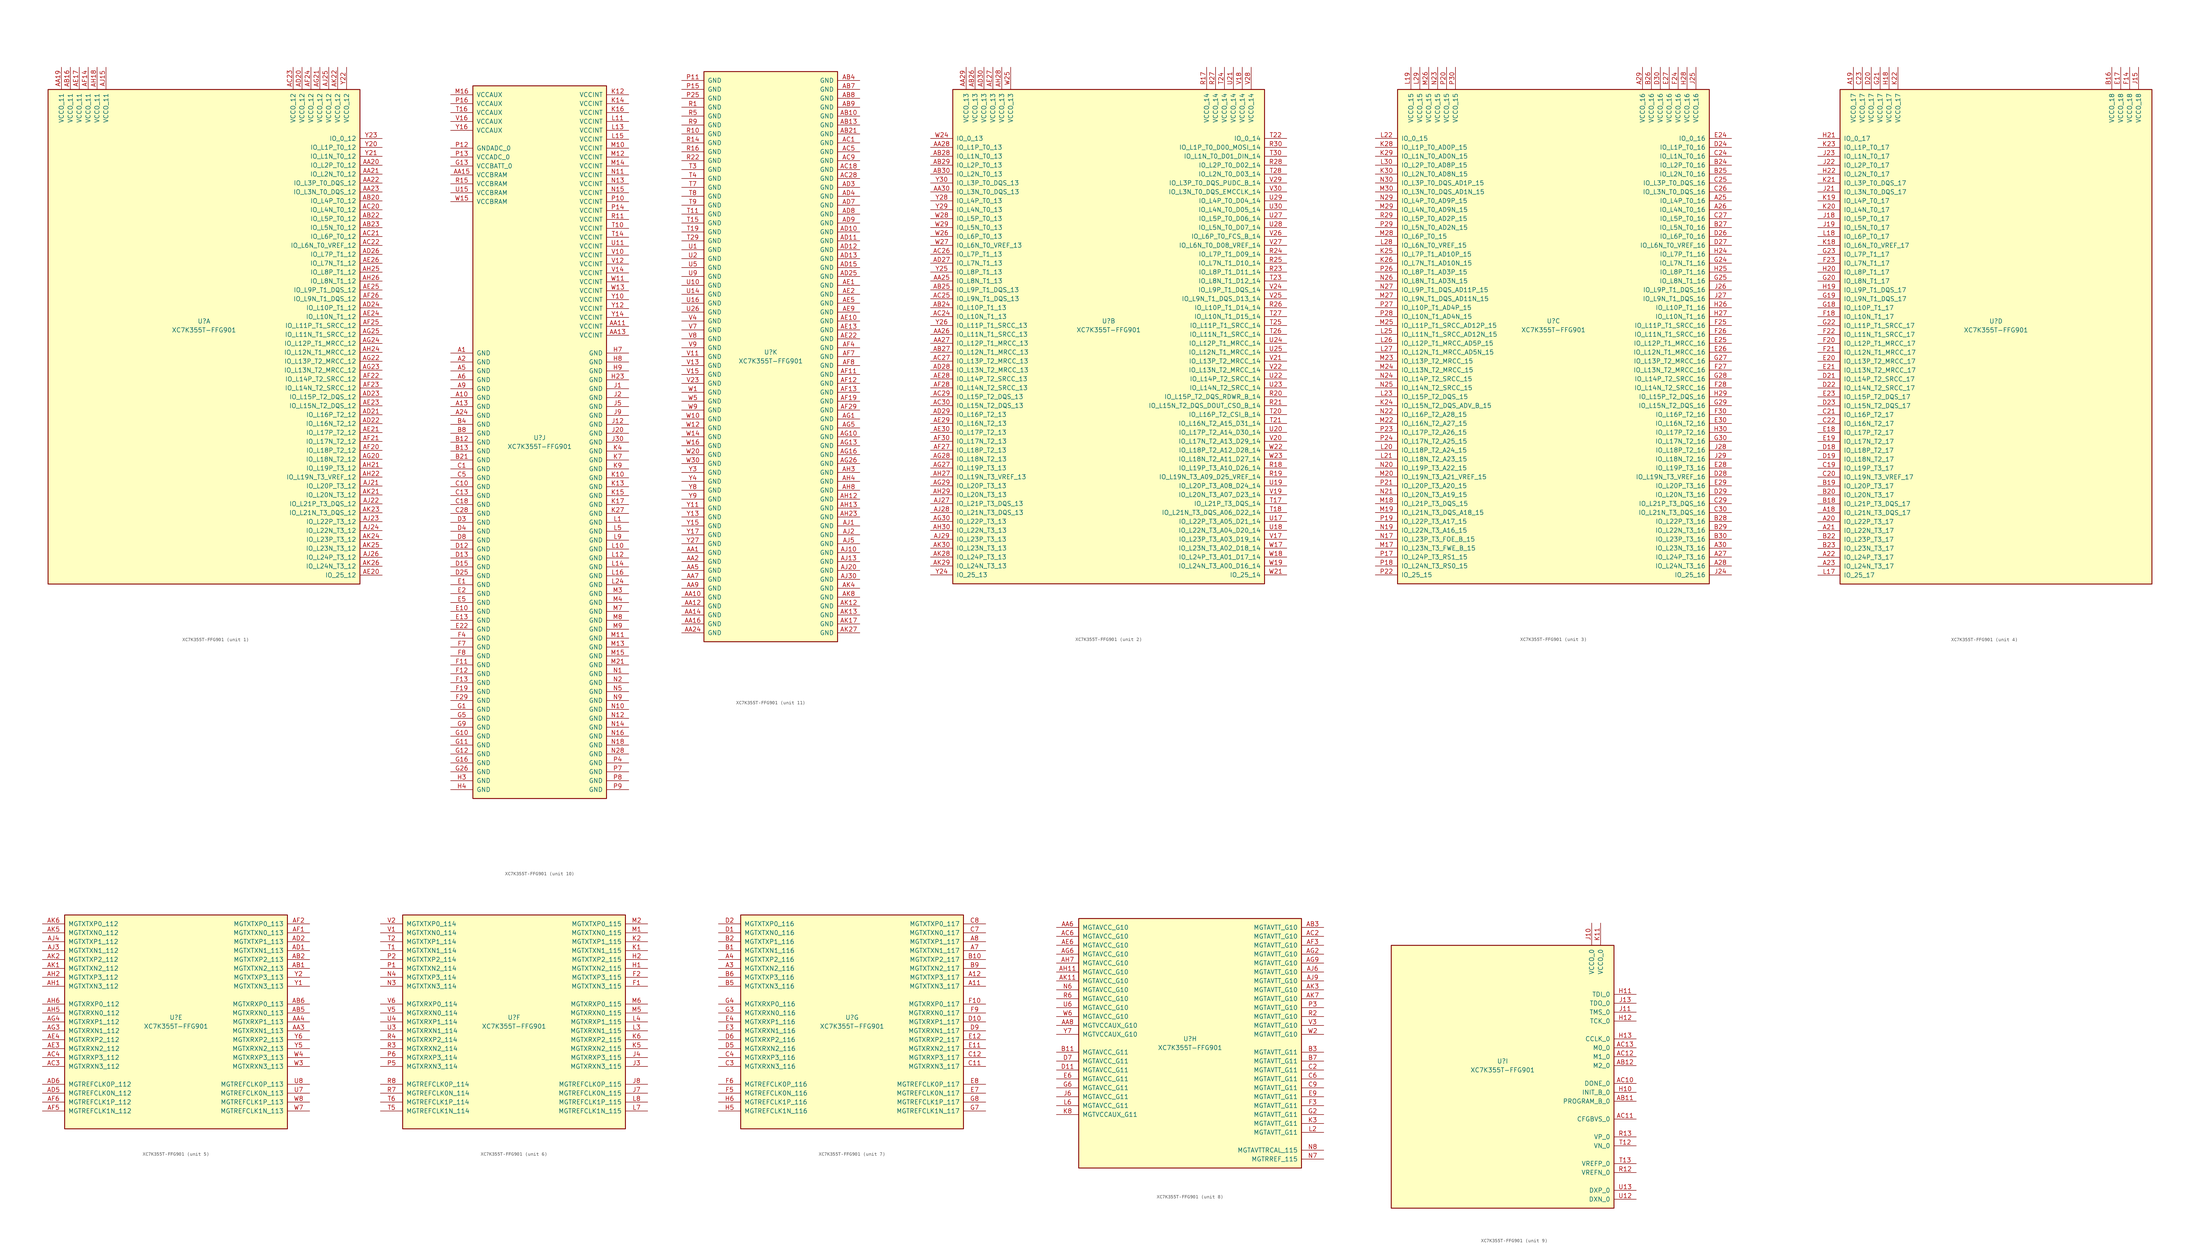
<source format=kicad_sym>
(kicad_symbol_lib
  (version 20211014)
  (generator kicad_symbol_editor)
  (symbol "XC7K355T-FFG901"
    (pin_names
      (offset 1.016))
    (property "Reference" "U"
      (at 0 1.27 0)
      (effects (font (size 1.27 1.27))))
    (property "Value" "XC7K355T-FFG901"
      (at 0 -1.27 0)
      (effects (font (size 1.27 1.27))))
    (property "Datasheet" ""
      (at 0 0 0)
      (effects (font (size 1.27 1.27))))
    (property "ki_locked" ""
      (at 0 0 0)
      (effects (font (size 1.27 1.27))))
    (symbol "XC7K355T-FFG901_1_1"
      (rectangle (start -44.45 67.31) (end 44.45 -73.66) (stroke (width 0.254) (type default) (color 0 0 0 0)) (fill (type background)))
      (pin power_in line (at -40.64 73.66 270) (length 6.35) (name "VCCO_11" (effects (font (size 1.27 1.27)))) (number "AA19" (effects (font (size 1.27 1.27)))))
      (pin bidirectional line (at 50.8 45.72 180) (length 6.35) (name "IO_L2P_T0_12" (effects (font (size 1.27 1.27)))) (number "AA20" (effects (font (size 1.27 1.27)))))
      (pin bidirectional line (at 50.8 43.18 180) (length 6.35) (name "IO_L2N_T0_12" (effects (font (size 1.27 1.27)))) (number "AA21" (effects (font (size 1.27 1.27)))))
      (pin bidirectional line (at 50.8 40.64 180) (length 6.35) (name "IO_L3P_T0_DQS_12" (effects (font (size 1.27 1.27)))) (number "AA22" (effects (font (size 1.27 1.27)))))
      (pin bidirectional line (at 50.8 38.1 180) (length 6.35) (name "IO_L3N_T0_DQS_12" (effects (font (size 1.27 1.27)))) (number "AA23" (effects (font (size 1.27 1.27)))))
      (pin power_in line (at -38.1 73.66 270) (length 6.35) (name "VCCO_11" (effects (font (size 1.27 1.27)))) (number "AB16" (effects (font (size 1.27 1.27)))))
      (pin bidirectional line (at 50.8 35.56 180) (length 6.35) (name "IO_L4P_T0_12" (effects (font (size 1.27 1.27)))) (number "AB20" (effects (font (size 1.27 1.27)))))
      (pin bidirectional line (at 50.8 30.48 180) (length 6.35) (name "IO_L5P_T0_12" (effects (font (size 1.27 1.27)))) (number "AB22" (effects (font (size 1.27 1.27)))))
      (pin bidirectional line (at 50.8 27.94 180) (length 6.35) (name "IO_L5N_T0_12" (effects (font (size 1.27 1.27)))) (number "AB23" (effects (font (size 1.27 1.27)))))
      (pin bidirectional line (at 50.8 33.02 180) (length 6.35) (name "IO_L4N_T0_12" (effects (font (size 1.27 1.27)))) (number "AC20" (effects (font (size 1.27 1.27)))))
      (pin bidirectional line (at 50.8 25.4 180) (length 6.35) (name "IO_L6P_T0_12" (effects (font (size 1.27 1.27)))) (number "AC21" (effects (font (size 1.27 1.27)))))
      (pin bidirectional line (at 50.8 22.86 180) (length 6.35) (name "IO_L6N_T0_VREF_12" (effects (font (size 1.27 1.27)))) (number "AC22" (effects (font (size 1.27 1.27)))))
      (pin power_in line (at 25.4 73.66 270) (length 6.35) (name "VCCO_12" (effects (font (size 1.27 1.27)))) (number "AC23" (effects (font (size 1.27 1.27)))))
      (pin power_in line (at 27.94 73.66 270) (length 6.35) (name "VCCO_12" (effects (font (size 1.27 1.27)))) (number "AD20" (effects (font (size 1.27 1.27)))))
      (pin bidirectional line (at 50.8 -25.4 180) (length 6.35) (name "IO_L16P_T2_12" (effects (font (size 1.27 1.27)))) (number "AD21" (effects (font (size 1.27 1.27)))))
      (pin bidirectional line (at 50.8 -27.94 180) (length 6.35) (name "IO_L16N_T2_12" (effects (font (size 1.27 1.27)))) (number "AD22" (effects (font (size 1.27 1.27)))))
      (pin bidirectional line (at 50.8 -20.32 180) (length 6.35) (name "IO_L15P_T2_DQS_12" (effects (font (size 1.27 1.27)))) (number "AD23" (effects (font (size 1.27 1.27)))))
      (pin bidirectional line (at 50.8 5.08 180) (length 6.35) (name "IO_L10P_T1_12" (effects (font (size 1.27 1.27)))) (number "AD24" (effects (font (size 1.27 1.27)))))
      (pin bidirectional line (at 50.8 20.32 180) (length 6.35) (name "IO_L7P_T1_12" (effects (font (size 1.27 1.27)))) (number "AD26" (effects (font (size 1.27 1.27)))))
      (pin power_in line (at -35.56 73.66 270) (length 6.35) (name "VCCO_11" (effects (font (size 1.27 1.27)))) (number "AE17" (effects (font (size 1.27 1.27)))))
      (pin bidirectional line (at 50.8 -71.12 180) (length 6.35) (name "IO_25_12" (effects (font (size 1.27 1.27)))) (number "AE20" (effects (font (size 1.27 1.27)))))
      (pin bidirectional line (at 50.8 -30.48 180) (length 6.35) (name "IO_L17P_T2_12" (effects (font (size 1.27 1.27)))) (number "AE21" (effects (font (size 1.27 1.27)))))
      (pin bidirectional line (at 50.8 -22.86 180) (length 6.35) (name "IO_L15N_T2_DQS_12" (effects (font (size 1.27 1.27)))) (number "AE23" (effects (font (size 1.27 1.27)))))
      (pin bidirectional line (at 50.8 2.54 180) (length 6.35) (name "IO_L10N_T1_12" (effects (font (size 1.27 1.27)))) (number "AE24" (effects (font (size 1.27 1.27)))))
      (pin bidirectional line (at 50.8 10.16 180) (length 6.35) (name "IO_L9P_T1_DQS_12" (effects (font (size 1.27 1.27)))) (number "AE25" (effects (font (size 1.27 1.27)))))
      (pin bidirectional line (at 50.8 17.78 180) (length 6.35) (name "IO_L7N_T1_12" (effects (font (size 1.27 1.27)))) (number "AE26" (effects (font (size 1.27 1.27)))))
      (pin power_in line (at -33.02 73.66 270) (length 6.35) (name "VCCO_11" (effects (font (size 1.27 1.27)))) (number "AF14" (effects (font (size 1.27 1.27)))))
      (pin bidirectional line (at 50.8 -35.56 180) (length 6.35) (name "IO_L18P_T2_12" (effects (font (size 1.27 1.27)))) (number "AF20" (effects (font (size 1.27 1.27)))))
      (pin bidirectional line (at 50.8 -33.02 180) (length 6.35) (name "IO_L17N_T2_12" (effects (font (size 1.27 1.27)))) (number "AF21" (effects (font (size 1.27 1.27)))))
      (pin bidirectional line (at 50.8 -15.24 180) (length 6.35) (name "IO_L14P_T2_SRCC_12" (effects (font (size 1.27 1.27)))) (number "AF22" (effects (font (size 1.27 1.27)))))
      (pin bidirectional line (at 50.8 -17.78 180) (length 6.35) (name "IO_L14N_T2_SRCC_12" (effects (font (size 1.27 1.27)))) (number "AF23" (effects (font (size 1.27 1.27)))))
      (pin power_in line (at 30.48 73.66 270) (length 6.35) (name "VCCO_12" (effects (font (size 1.27 1.27)))) (number "AF24" (effects (font (size 1.27 1.27)))))
      (pin bidirectional line (at 50.8 0 180) (length 6.35) (name "IO_L11P_T1_SRCC_12" (effects (font (size 1.27 1.27)))) (number "AF25" (effects (font (size 1.27 1.27)))))
      (pin bidirectional line (at 50.8 7.62 180) (length 6.35) (name "IO_L9N_T1_DQS_12" (effects (font (size 1.27 1.27)))) (number "AF26" (effects (font (size 1.27 1.27)))))
      (pin bidirectional line (at 50.8 -38.1 180) (length 6.35) (name "IO_L18N_T2_12" (effects (font (size 1.27 1.27)))) (number "AG20" (effects (font (size 1.27 1.27)))))
      (pin power_in line (at 33.02 73.66 270) (length 6.35) (name "VCCO_12" (effects (font (size 1.27 1.27)))) (number "AG21" (effects (font (size 1.27 1.27)))))
      (pin bidirectional line (at 50.8 -10.16 180) (length 6.35) (name "IO_L13P_T2_MRCC_12" (effects (font (size 1.27 1.27)))) (number "AG22" (effects (font (size 1.27 1.27)))))
      (pin bidirectional line (at 50.8 -12.7 180) (length 6.35) (name "IO_L13N_T2_MRCC_12" (effects (font (size 1.27 1.27)))) (number "AG23" (effects (font (size 1.27 1.27)))))
      (pin bidirectional line (at 50.8 -5.08 180) (length 6.35) (name "IO_L12P_T1_MRCC_12" (effects (font (size 1.27 1.27)))) (number "AG24" (effects (font (size 1.27 1.27)))))
      (pin bidirectional line (at 50.8 -2.54 180) (length 6.35) (name "IO_L11N_T1_SRCC_12" (effects (font (size 1.27 1.27)))) (number "AG25" (effects (font (size 1.27 1.27)))))
      (pin power_in line (at -30.48 73.66 270) (length 6.35) (name "VCCO_11" (effects (font (size 1.27 1.27)))) (number "AH18" (effects (font (size 1.27 1.27)))))
      (pin bidirectional line (at 50.8 -40.64 180) (length 6.35) (name "IO_L19P_T3_12" (effects (font (size 1.27 1.27)))) (number "AH21" (effects (font (size 1.27 1.27)))))
      (pin bidirectional line (at 50.8 -43.18 180) (length 6.35) (name "IO_L19N_T3_VREF_12" (effects (font (size 1.27 1.27)))) (number "AH22" (effects (font (size 1.27 1.27)))))
      (pin bidirectional line (at 50.8 -7.62 180) (length 6.35) (name "IO_L12N_T1_MRCC_12" (effects (font (size 1.27 1.27)))) (number "AH24" (effects (font (size 1.27 1.27)))))
      (pin bidirectional line (at 50.8 15.24 180) (length 6.35) (name "IO_L8P_T1_12" (effects (font (size 1.27 1.27)))) (number "AH25" (effects (font (size 1.27 1.27)))))
      (pin bidirectional line (at 50.8 12.7 180) (length 6.35) (name "IO_L8N_T1_12" (effects (font (size 1.27 1.27)))) (number "AH26" (effects (font (size 1.27 1.27)))))
      (pin power_in line (at -27.94 73.66 270) (length 6.35) (name "VCCO_11" (effects (font (size 1.27 1.27)))) (number "AJ15" (effects (font (size 1.27 1.27)))))
      (pin bidirectional line (at 50.8 -45.72 180) (length 6.35) (name "IO_L20P_T3_12" (effects (font (size 1.27 1.27)))) (number "AJ21" (effects (font (size 1.27 1.27)))))
      (pin bidirectional line (at 50.8 -50.8 180) (length 6.35) (name "IO_L21P_T3_DQS_12" (effects (font (size 1.27 1.27)))) (number "AJ22" (effects (font (size 1.27 1.27)))))
      (pin bidirectional line (at 50.8 -55.88 180) (length 6.35) (name "IO_L22P_T3_12" (effects (font (size 1.27 1.27)))) (number "AJ23" (effects (font (size 1.27 1.27)))))
      (pin bidirectional line (at 50.8 -58.42 180) (length 6.35) (name "IO_L22N_T3_12" (effects (font (size 1.27 1.27)))) (number "AJ24" (effects (font (size 1.27 1.27)))))
      (pin power_in line (at 35.56 73.66 270) (length 6.35) (name "VCCO_12" (effects (font (size 1.27 1.27)))) (number "AJ25" (effects (font (size 1.27 1.27)))))
      (pin bidirectional line (at 50.8 -66.04 180) (length 6.35) (name "IO_L24P_T3_12" (effects (font (size 1.27 1.27)))) (number "AJ26" (effects (font (size 1.27 1.27)))))
      (pin bidirectional line (at 50.8 -48.26 180) (length 6.35) (name "IO_L20N_T3_12" (effects (font (size 1.27 1.27)))) (number "AK21" (effects (font (size 1.27 1.27)))))
      (pin power_in line (at 38.1 73.66 270) (length 6.35) (name "VCCO_12" (effects (font (size 1.27 1.27)))) (number "AK22" (effects (font (size 1.27 1.27)))))
      (pin bidirectional line (at 50.8 -53.34 180) (length 6.35) (name "IO_L21N_T3_DQS_12" (effects (font (size 1.27 1.27)))) (number "AK23" (effects (font (size 1.27 1.27)))))
      (pin bidirectional line (at 50.8 -60.96 180) (length 6.35) (name "IO_L23P_T3_12" (effects (font (size 1.27 1.27)))) (number "AK24" (effects (font (size 1.27 1.27)))))
      (pin bidirectional line (at 50.8 -63.5 180) (length 6.35) (name "IO_L23N_T3_12" (effects (font (size 1.27 1.27)))) (number "AK25" (effects (font (size 1.27 1.27)))))
      (pin bidirectional line (at 50.8 -68.58 180) (length 6.35) (name "IO_L24N_T3_12" (effects (font (size 1.27 1.27)))) (number "AK26" (effects (font (size 1.27 1.27)))))
      (pin bidirectional line (at 50.8 50.8 180) (length 6.35) (name "IO_L1P_T0_12" (effects (font (size 1.27 1.27)))) (number "Y20" (effects (font (size 1.27 1.27)))))
      (pin bidirectional line (at 50.8 48.26 180) (length 6.35) (name "IO_L1N_T0_12" (effects (font (size 1.27 1.27)))) (number "Y21" (effects (font (size 1.27 1.27)))))
      (pin power_in line (at 40.64 73.66 270) (length 6.35) (name "VCCO_12" (effects (font (size 1.27 1.27)))) (number "Y22" (effects (font (size 1.27 1.27)))))
      (pin bidirectional line (at 50.8 53.34 180) (length 6.35) (name "IO_0_12" (effects (font (size 1.27 1.27)))) (number "Y23" (effects (font (size 1.27 1.27))))))
    (symbol "XC7K355T-FFG901_2_1"
      (rectangle (start -44.45 67.31) (end 44.45 -73.66) (stroke (width 0.254) (type default) (color 0 0 0 0)) (fill (type background)))
      (pin bidirectional line (at -50.8 12.7 0) (length 6.35) (name "IO_L8N_T1_13" (effects (font (size 1.27 1.27)))) (number "AA25" (effects (font (size 1.27 1.27)))))
      (pin bidirectional line (at -50.8 -2.54 0) (length 6.35) (name "IO_L11N_T1_SRCC_13" (effects (font (size 1.27 1.27)))) (number "AA26" (effects (font (size 1.27 1.27)))))
      (pin bidirectional line (at -50.8 -5.08 0) (length 6.35) (name "IO_L12P_T1_MRCC_13" (effects (font (size 1.27 1.27)))) (number "AA27" (effects (font (size 1.27 1.27)))))
      (pin bidirectional line (at -50.8 50.8 0) (length 6.35) (name "IO_L1P_T0_13" (effects (font (size 1.27 1.27)))) (number "AA28" (effects (font (size 1.27 1.27)))))
      (pin power_in line (at -40.64 73.66 270) (length 6.35) (name "VCCO_13" (effects (font (size 1.27 1.27)))) (number "AA29" (effects (font (size 1.27 1.27)))))
      (pin bidirectional line (at -50.8 38.1 0) (length 6.35) (name "IO_L3N_T0_DQS_13" (effects (font (size 1.27 1.27)))) (number "AA30" (effects (font (size 1.27 1.27)))))
      (pin bidirectional line (at -50.8 5.08 0) (length 6.35) (name "IO_L10P_T1_13" (effects (font (size 1.27 1.27)))) (number "AB24" (effects (font (size 1.27 1.27)))))
      (pin bidirectional line (at -50.8 10.16 0) (length 6.35) (name "IO_L9P_T1_DQS_13" (effects (font (size 1.27 1.27)))) (number "AB25" (effects (font (size 1.27 1.27)))))
      (pin power_in line (at -38.1 73.66 270) (length 6.35) (name "VCCO_13" (effects (font (size 1.27 1.27)))) (number "AB26" (effects (font (size 1.27 1.27)))))
      (pin bidirectional line (at -50.8 -7.62 0) (length 6.35) (name "IO_L12N_T1_MRCC_13" (effects (font (size 1.27 1.27)))) (number "AB27" (effects (font (size 1.27 1.27)))))
      (pin bidirectional line (at -50.8 48.26 0) (length 6.35) (name "IO_L1N_T0_13" (effects (font (size 1.27 1.27)))) (number "AB28" (effects (font (size 1.27 1.27)))))
      (pin bidirectional line (at -50.8 45.72 0) (length 6.35) (name "IO_L2P_T0_13" (effects (font (size 1.27 1.27)))) (number "AB29" (effects (font (size 1.27 1.27)))))
      (pin bidirectional line (at -50.8 43.18 0) (length 6.35) (name "IO_L2N_T0_13" (effects (font (size 1.27 1.27)))) (number "AB30" (effects (font (size 1.27 1.27)))))
      (pin bidirectional line (at -50.8 2.54 0) (length 6.35) (name "IO_L10N_T1_13" (effects (font (size 1.27 1.27)))) (number "AC24" (effects (font (size 1.27 1.27)))))
      (pin bidirectional line (at -50.8 7.62 0) (length 6.35) (name "IO_L9N_T1_DQS_13" (effects (font (size 1.27 1.27)))) (number "AC25" (effects (font (size 1.27 1.27)))))
      (pin bidirectional line (at -50.8 20.32 0) (length 6.35) (name "IO_L7P_T1_13" (effects (font (size 1.27 1.27)))) (number "AC26" (effects (font (size 1.27 1.27)))))
      (pin bidirectional line (at -50.8 -10.16 0) (length 6.35) (name "IO_L13P_T2_MRCC_13" (effects (font (size 1.27 1.27)))) (number "AC27" (effects (font (size 1.27 1.27)))))
      (pin bidirectional line (at -50.8 -20.32 0) (length 6.35) (name "IO_L15P_T2_DQS_13" (effects (font (size 1.27 1.27)))) (number "AC29" (effects (font (size 1.27 1.27)))))
      (pin bidirectional line (at -50.8 -22.86 0) (length 6.35) (name "IO_L15N_T2_DQS_13" (effects (font (size 1.27 1.27)))) (number "AC30" (effects (font (size 1.27 1.27)))))
      (pin bidirectional line (at -50.8 17.78 0) (length 6.35) (name "IO_L7N_T1_13" (effects (font (size 1.27 1.27)))) (number "AD27" (effects (font (size 1.27 1.27)))))
      (pin bidirectional line (at -50.8 -12.7 0) (length 6.35) (name "IO_L13N_T2_MRCC_13" (effects (font (size 1.27 1.27)))) (number "AD28" (effects (font (size 1.27 1.27)))))
      (pin bidirectional line (at -50.8 -25.4 0) (length 6.35) (name "IO_L16P_T2_13" (effects (font (size 1.27 1.27)))) (number "AD29" (effects (font (size 1.27 1.27)))))
      (pin power_in line (at -35.56 73.66 270) (length 6.35) (name "VCCO_13" (effects (font (size 1.27 1.27)))) (number "AD30" (effects (font (size 1.27 1.27)))))
      (pin power_in line (at -33.02 73.66 270) (length 6.35) (name "VCCO_13" (effects (font (size 1.27 1.27)))) (number "AE27" (effects (font (size 1.27 1.27)))))
      (pin bidirectional line (at -50.8 -15.24 0) (length 6.35) (name "IO_L14P_T2_SRCC_13" (effects (font (size 1.27 1.27)))) (number "AE28" (effects (font (size 1.27 1.27)))))
      (pin bidirectional line (at -50.8 -27.94 0) (length 6.35) (name "IO_L16N_T2_13" (effects (font (size 1.27 1.27)))) (number "AE29" (effects (font (size 1.27 1.27)))))
      (pin bidirectional line (at -50.8 -30.48 0) (length 6.35) (name "IO_L17P_T2_13" (effects (font (size 1.27 1.27)))) (number "AE30" (effects (font (size 1.27 1.27)))))
      (pin bidirectional line (at -50.8 -35.56 0) (length 6.35) (name "IO_L18P_T2_13" (effects (font (size 1.27 1.27)))) (number "AF27" (effects (font (size 1.27 1.27)))))
      (pin bidirectional line (at -50.8 -17.78 0) (length 6.35) (name "IO_L14N_T2_SRCC_13" (effects (font (size 1.27 1.27)))) (number "AF28" (effects (font (size 1.27 1.27)))))
      (pin bidirectional line (at -50.8 -33.02 0) (length 6.35) (name "IO_L17N_T2_13" (effects (font (size 1.27 1.27)))) (number "AF30" (effects (font (size 1.27 1.27)))))
      (pin bidirectional line (at -50.8 -40.64 0) (length 6.35) (name "IO_L19P_T3_13" (effects (font (size 1.27 1.27)))) (number "AG27" (effects (font (size 1.27 1.27)))))
      (pin bidirectional line (at -50.8 -38.1 0) (length 6.35) (name "IO_L18N_T2_13" (effects (font (size 1.27 1.27)))) (number "AG28" (effects (font (size 1.27 1.27)))))
      (pin bidirectional line (at -50.8 -45.72 0) (length 6.35) (name "IO_L20P_T3_13" (effects (font (size 1.27 1.27)))) (number "AG29" (effects (font (size 1.27 1.27)))))
      (pin bidirectional line (at -50.8 -55.88 0) (length 6.35) (name "IO_L22P_T3_13" (effects (font (size 1.27 1.27)))) (number "AG30" (effects (font (size 1.27 1.27)))))
      (pin bidirectional line (at -50.8 -43.18 0) (length 6.35) (name "IO_L19N_T3_VREF_13" (effects (font (size 1.27 1.27)))) (number "AH27" (effects (font (size 1.27 1.27)))))
      (pin power_in line (at -30.48 73.66 270) (length 6.35) (name "VCCO_13" (effects (font (size 1.27 1.27)))) (number "AH28" (effects (font (size 1.27 1.27)))))
      (pin bidirectional line (at -50.8 -48.26 0) (length 6.35) (name "IO_L20N_T3_13" (effects (font (size 1.27 1.27)))) (number "AH29" (effects (font (size 1.27 1.27)))))
      (pin bidirectional line (at -50.8 -58.42 0) (length 6.35) (name "IO_L22N_T3_13" (effects (font (size 1.27 1.27)))) (number "AH30" (effects (font (size 1.27 1.27)))))
      (pin bidirectional line (at -50.8 -50.8 0) (length 6.35) (name "IO_L21P_T3_DQS_13" (effects (font (size 1.27 1.27)))) (number "AJ27" (effects (font (size 1.27 1.27)))))
      (pin bidirectional line (at -50.8 -53.34 0) (length 6.35) (name "IO_L21N_T3_DQS_13" (effects (font (size 1.27 1.27)))) (number "AJ28" (effects (font (size 1.27 1.27)))))
      (pin bidirectional line (at -50.8 -60.96 0) (length 6.35) (name "IO_L23P_T3_13" (effects (font (size 1.27 1.27)))) (number "AJ29" (effects (font (size 1.27 1.27)))))
      (pin bidirectional line (at -50.8 -66.04 0) (length 6.35) (name "IO_L24P_T3_13" (effects (font (size 1.27 1.27)))) (number "AK28" (effects (font (size 1.27 1.27)))))
      (pin bidirectional line (at -50.8 -68.58 0) (length 6.35) (name "IO_L24N_T3_13" (effects (font (size 1.27 1.27)))) (number "AK29" (effects (font (size 1.27 1.27)))))
      (pin bidirectional line (at -50.8 -63.5 0) (length 6.35) (name "IO_L23N_T3_13" (effects (font (size 1.27 1.27)))) (number "AK30" (effects (font (size 1.27 1.27)))))
      (pin power_in line (at 27.94 73.66 270) (length 6.35) (name "VCCO_14" (effects (font (size 1.27 1.27)))) (number "R17" (effects (font (size 1.27 1.27)))))
      (pin bidirectional line (at 50.8 -40.64 180) (length 6.35) (name "IO_L19P_T3_A10_D26_14" (effects (font (size 1.27 1.27)))) (number "R18" (effects (font (size 1.27 1.27)))))
      (pin bidirectional line (at 50.8 -43.18 180) (length 6.35) (name "IO_L19N_T3_A09_D25_VREF_14" (effects (font (size 1.27 1.27)))) (number "R19" (effects (font (size 1.27 1.27)))))
      (pin bidirectional line (at 50.8 -20.32 180) (length 6.35) (name "IO_L15P_T2_DQS_RDWR_B_14" (effects (font (size 1.27 1.27)))) (number "R20" (effects (font (size 1.27 1.27)))))
      (pin bidirectional line (at 50.8 -22.86 180) (length 6.35) (name "IO_L15N_T2_DQS_DOUT_CSO_B_14" (effects (font (size 1.27 1.27)))) (number "R21" (effects (font (size 1.27 1.27)))))
      (pin bidirectional line (at 50.8 15.24 180) (length 6.35) (name "IO_L8P_T1_D11_14" (effects (font (size 1.27 1.27)))) (number "R23" (effects (font (size 1.27 1.27)))))
      (pin bidirectional line (at 50.8 20.32 180) (length 6.35) (name "IO_L7P_T1_D09_14" (effects (font (size 1.27 1.27)))) (number "R24" (effects (font (size 1.27 1.27)))))
      (pin bidirectional line (at 50.8 17.78 180) (length 6.35) (name "IO_L7N_T1_D10_14" (effects (font (size 1.27 1.27)))) (number "R25" (effects (font (size 1.27 1.27)))))
      (pin bidirectional line (at 50.8 5.08 180) (length 6.35) (name "IO_L10P_T1_D14_14" (effects (font (size 1.27 1.27)))) (number "R26" (effects (font (size 1.27 1.27)))))
      (pin power_in line (at 30.48 73.66 270) (length 6.35) (name "VCCO_14" (effects (font (size 1.27 1.27)))) (number "R27" (effects (font (size 1.27 1.27)))))
      (pin bidirectional line (at 50.8 45.72 180) (length 6.35) (name "IO_L2P_T0_D02_14" (effects (font (size 1.27 1.27)))) (number "R28" (effects (font (size 1.27 1.27)))))
      (pin bidirectional line (at 50.8 50.8 180) (length 6.35) (name "IO_L1P_T0_D00_MOSI_14" (effects (font (size 1.27 1.27)))) (number "R30" (effects (font (size 1.27 1.27)))))
      (pin bidirectional line (at 50.8 -50.8 180) (length 6.35) (name "IO_L21P_T3_DQS_14" (effects (font (size 1.27 1.27)))) (number "T17" (effects (font (size 1.27 1.27)))))
      (pin bidirectional line (at 50.8 -53.34 180) (length 6.35) (name "IO_L21N_T3_DQS_A06_D22_14" (effects (font (size 1.27 1.27)))) (number "T18" (effects (font (size 1.27 1.27)))))
      (pin bidirectional line (at 50.8 -25.4 180) (length 6.35) (name "IO_L16P_T2_CSI_B_14" (effects (font (size 1.27 1.27)))) (number "T20" (effects (font (size 1.27 1.27)))))
      (pin bidirectional line (at 50.8 -27.94 180) (length 6.35) (name "IO_L16N_T2_A15_D31_14" (effects (font (size 1.27 1.27)))) (number "T21" (effects (font (size 1.27 1.27)))))
      (pin bidirectional line (at 50.8 53.34 180) (length 6.35) (name "IO_0_14" (effects (font (size 1.27 1.27)))) (number "T22" (effects (font (size 1.27 1.27)))))
      (pin bidirectional line (at 50.8 12.7 180) (length 6.35) (name "IO_L8N_T1_D12_14" (effects (font (size 1.27 1.27)))) (number "T23" (effects (font (size 1.27 1.27)))))
      (pin power_in line (at 33.02 73.66 270) (length 6.35) (name "VCCO_14" (effects (font (size 1.27 1.27)))) (number "T24" (effects (font (size 1.27 1.27)))))
      (pin bidirectional line (at 50.8 0 180) (length 6.35) (name "IO_L11P_T1_SRCC_14" (effects (font (size 1.27 1.27)))) (number "T25" (effects (font (size 1.27 1.27)))))
      (pin bidirectional line (at 50.8 -2.54 180) (length 6.35) (name "IO_L11N_T1_SRCC_14" (effects (font (size 1.27 1.27)))) (number "T26" (effects (font (size 1.27 1.27)))))
      (pin bidirectional line (at 50.8 2.54 180) (length 6.35) (name "IO_L10N_T1_D15_14" (effects (font (size 1.27 1.27)))) (number "T27" (effects (font (size 1.27 1.27)))))
      (pin bidirectional line (at 50.8 43.18 180) (length 6.35) (name "IO_L2N_T0_D03_14" (effects (font (size 1.27 1.27)))) (number "T28" (effects (font (size 1.27 1.27)))))
      (pin bidirectional line (at 50.8 48.26 180) (length 6.35) (name "IO_L1N_T0_D01_DIN_14" (effects (font (size 1.27 1.27)))) (number "T30" (effects (font (size 1.27 1.27)))))
      (pin bidirectional line (at 50.8 -55.88 180) (length 6.35) (name "IO_L22P_T3_A05_D21_14" (effects (font (size 1.27 1.27)))) (number "U17" (effects (font (size 1.27 1.27)))))
      (pin bidirectional line (at 50.8 -58.42 180) (length 6.35) (name "IO_L22N_T3_A04_D20_14" (effects (font (size 1.27 1.27)))) (number "U18" (effects (font (size 1.27 1.27)))))
      (pin bidirectional line (at 50.8 -45.72 180) (length 6.35) (name "IO_L20P_T3_A08_D24_14" (effects (font (size 1.27 1.27)))) (number "U19" (effects (font (size 1.27 1.27)))))
      (pin bidirectional line (at 50.8 -30.48 180) (length 6.35) (name "IO_L17P_T2_A14_D30_14" (effects (font (size 1.27 1.27)))) (number "U20" (effects (font (size 1.27 1.27)))))
      (pin power_in line (at 35.56 73.66 270) (length 6.35) (name "VCCO_14" (effects (font (size 1.27 1.27)))) (number "U21" (effects (font (size 1.27 1.27)))))
      (pin bidirectional line (at 50.8 -15.24 180) (length 6.35) (name "IO_L14P_T2_SRCC_14" (effects (font (size 1.27 1.27)))) (number "U22" (effects (font (size 1.27 1.27)))))
      (pin bidirectional line (at 50.8 -17.78 180) (length 6.35) (name "IO_L14N_T2_SRCC_14" (effects (font (size 1.27 1.27)))) (number "U23" (effects (font (size 1.27 1.27)))))
      (pin bidirectional line (at 50.8 -5.08 180) (length 6.35) (name "IO_L12P_T1_MRCC_14" (effects (font (size 1.27 1.27)))) (number "U24" (effects (font (size 1.27 1.27)))))
      (pin bidirectional line (at 50.8 -7.62 180) (length 6.35) (name "IO_L12N_T1_MRCC_14" (effects (font (size 1.27 1.27)))) (number "U25" (effects (font (size 1.27 1.27)))))
      (pin bidirectional line (at 50.8 30.48 180) (length 6.35) (name "IO_L5P_T0_D06_14" (effects (font (size 1.27 1.27)))) (number "U27" (effects (font (size 1.27 1.27)))))
      (pin bidirectional line (at 50.8 27.94 180) (length 6.35) (name "IO_L5N_T0_D07_14" (effects (font (size 1.27 1.27)))) (number "U28" (effects (font (size 1.27 1.27)))))
      (pin bidirectional line (at 50.8 35.56 180) (length 6.35) (name "IO_L4P_T0_D04_14" (effects (font (size 1.27 1.27)))) (number "U29" (effects (font (size 1.27 1.27)))))
      (pin bidirectional line (at 50.8 33.02 180) (length 6.35) (name "IO_L4N_T0_D05_14" (effects (font (size 1.27 1.27)))) (number "U30" (effects (font (size 1.27 1.27)))))
      (pin bidirectional line (at 50.8 -60.96 180) (length 6.35) (name "IO_L23P_T3_A03_D19_14" (effects (font (size 1.27 1.27)))) (number "V17" (effects (font (size 1.27 1.27)))))
      (pin power_in line (at 38.1 73.66 270) (length 6.35) (name "VCCO_14" (effects (font (size 1.27 1.27)))) (number "V18" (effects (font (size 1.27 1.27)))))
      (pin bidirectional line (at 50.8 -48.26 180) (length 6.35) (name "IO_L20N_T3_A07_D23_14" (effects (font (size 1.27 1.27)))) (number "V19" (effects (font (size 1.27 1.27)))))
      (pin bidirectional line (at 50.8 -33.02 180) (length 6.35) (name "IO_L17N_T2_A13_D29_14" (effects (font (size 1.27 1.27)))) (number "V20" (effects (font (size 1.27 1.27)))))
      (pin bidirectional line (at 50.8 -10.16 180) (length 6.35) (name "IO_L13P_T2_MRCC_14" (effects (font (size 1.27 1.27)))) (number "V21" (effects (font (size 1.27 1.27)))))
      (pin bidirectional line (at 50.8 -12.7 180) (length 6.35) (name "IO_L13N_T2_MRCC_14" (effects (font (size 1.27 1.27)))) (number "V22" (effects (font (size 1.27 1.27)))))
      (pin bidirectional line (at 50.8 10.16 180) (length 6.35) (name "IO_L9P_T1_DQS_14" (effects (font (size 1.27 1.27)))) (number "V24" (effects (font (size 1.27 1.27)))))
      (pin bidirectional line (at 50.8 7.62 180) (length 6.35) (name "IO_L9N_T1_DQS_D13_14" (effects (font (size 1.27 1.27)))) (number "V25" (effects (font (size 1.27 1.27)))))
      (pin bidirectional line (at 50.8 25.4 180) (length 6.35) (name "IO_L6P_T0_FCS_B_14" (effects (font (size 1.27 1.27)))) (number "V26" (effects (font (size 1.27 1.27)))))
      (pin bidirectional line (at 50.8 22.86 180) (length 6.35) (name "IO_L6N_T0_D08_VREF_14" (effects (font (size 1.27 1.27)))) (number "V27" (effects (font (size 1.27 1.27)))))
      (pin power_in line (at 40.64 73.66 270) (length 6.35) (name "VCCO_14" (effects (font (size 1.27 1.27)))) (number "V28" (effects (font (size 1.27 1.27)))))
      (pin bidirectional line (at 50.8 40.64 180) (length 6.35) (name "IO_L3P_T0_DQS_PUDC_B_14" (effects (font (size 1.27 1.27)))) (number "V29" (effects (font (size 1.27 1.27)))))
      (pin bidirectional line (at 50.8 38.1 180) (length 6.35) (name "IO_L3N_T0_DQS_EMCCLK_14" (effects (font (size 1.27 1.27)))) (number "V30" (effects (font (size 1.27 1.27)))))
      (pin bidirectional line (at 50.8 -63.5 180) (length 6.35) (name "IO_L23N_T3_A02_D18_14" (effects (font (size 1.27 1.27)))) (number "W17" (effects (font (size 1.27 1.27)))))
      (pin bidirectional line (at 50.8 -66.04 180) (length 6.35) (name "IO_L24P_T3_A01_D17_14" (effects (font (size 1.27 1.27)))) (number "W18" (effects (font (size 1.27 1.27)))))
      (pin bidirectional line (at 50.8 -68.58 180) (length 6.35) (name "IO_L24N_T3_A00_D16_14" (effects (font (size 1.27 1.27)))) (number "W19" (effects (font (size 1.27 1.27)))))
      (pin bidirectional line (at 50.8 -71.12 180) (length 6.35) (name "IO_25_14" (effects (font (size 1.27 1.27)))) (number "W21" (effects (font (size 1.27 1.27)))))
      (pin bidirectional line (at 50.8 -35.56 180) (length 6.35) (name "IO_L18P_T2_A12_D28_14" (effects (font (size 1.27 1.27)))) (number "W22" (effects (font (size 1.27 1.27)))))
      (pin bidirectional line (at 50.8 -38.1 180) (length 6.35) (name "IO_L18N_T2_A11_D27_14" (effects (font (size 1.27 1.27)))) (number "W23" (effects (font (size 1.27 1.27)))))
      (pin bidirectional line (at -50.8 53.34 0) (length 6.35) (name "IO_0_13" (effects (font (size 1.27 1.27)))) (number "W24" (effects (font (size 1.27 1.27)))))
      (pin power_in line (at -27.94 73.66 270) (length 6.35) (name "VCCO_13" (effects (font (size 1.27 1.27)))) (number "W25" (effects (font (size 1.27 1.27)))))
      (pin bidirectional line (at -50.8 25.4 0) (length 6.35) (name "IO_L6P_T0_13" (effects (font (size 1.27 1.27)))) (number "W26" (effects (font (size 1.27 1.27)))))
      (pin bidirectional line (at -50.8 22.86 0) (length 6.35) (name "IO_L6N_T0_VREF_13" (effects (font (size 1.27 1.27)))) (number "W27" (effects (font (size 1.27 1.27)))))
      (pin bidirectional line (at -50.8 30.48 0) (length 6.35) (name "IO_L5P_T0_13" (effects (font (size 1.27 1.27)))) (number "W28" (effects (font (size 1.27 1.27)))))
      (pin bidirectional line (at -50.8 27.94 0) (length 6.35) (name "IO_L5N_T0_13" (effects (font (size 1.27 1.27)))) (number "W29" (effects (font (size 1.27 1.27)))))
      (pin bidirectional line (at -50.8 -71.12 0) (length 6.35) (name "IO_25_13" (effects (font (size 1.27 1.27)))) (number "Y24" (effects (font (size 1.27 1.27)))))
      (pin bidirectional line (at -50.8 15.24 0) (length 6.35) (name "IO_L8P_T1_13" (effects (font (size 1.27 1.27)))) (number "Y25" (effects (font (size 1.27 1.27)))))
      (pin bidirectional line (at -50.8 0 0) (length 6.35) (name "IO_L11P_T1_SRCC_13" (effects (font (size 1.27 1.27)))) (number "Y26" (effects (font (size 1.27 1.27)))))
      (pin bidirectional line (at -50.8 35.56 0) (length 6.35) (name "IO_L4P_T0_13" (effects (font (size 1.27 1.27)))) (number "Y28" (effects (font (size 1.27 1.27)))))
      (pin bidirectional line (at -50.8 33.02 0) (length 6.35) (name "IO_L4N_T0_13" (effects (font (size 1.27 1.27)))) (number "Y29" (effects (font (size 1.27 1.27)))))
      (pin bidirectional line (at -50.8 40.64 0) (length 6.35) (name "IO_L3P_T0_DQS_13" (effects (font (size 1.27 1.27)))) (number "Y30" (effects (font (size 1.27 1.27))))))
    (symbol "XC7K355T-FFG901_3_1"
      (rectangle (start -44.45 67.31) (end 44.45 -73.66) (stroke (width 0.254) (type default) (color 0 0 0 0)) (fill (type background)))
      (pin bidirectional line (at 50.8 35.56 180) (length 6.35) (name "IO_L4P_T0_16" (effects (font (size 1.27 1.27)))) (number "A25" (effects (font (size 1.27 1.27)))))
      (pin bidirectional line (at 50.8 33.02 180) (length 6.35) (name "IO_L4N_T0_16" (effects (font (size 1.27 1.27)))) (number "A26" (effects (font (size 1.27 1.27)))))
      (pin bidirectional line (at 50.8 -66.04 180) (length 6.35) (name "IO_L24P_T3_16" (effects (font (size 1.27 1.27)))) (number "A27" (effects (font (size 1.27 1.27)))))
      (pin bidirectional line (at 50.8 -68.58 180) (length 6.35) (name "IO_L24N_T3_16" (effects (font (size 1.27 1.27)))) (number "A28" (effects (font (size 1.27 1.27)))))
      (pin power_in line (at 25.4 73.66 270) (length 6.35) (name "VCCO_16" (effects (font (size 1.27 1.27)))) (number "A29" (effects (font (size 1.27 1.27)))))
      (pin bidirectional line (at 50.8 -63.5 180) (length 6.35) (name "IO_L23N_T3_16" (effects (font (size 1.27 1.27)))) (number "A30" (effects (font (size 1.27 1.27)))))
      (pin bidirectional line (at 50.8 45.72 180) (length 6.35) (name "IO_L2P_T0_16" (effects (font (size 1.27 1.27)))) (number "B24" (effects (font (size 1.27 1.27)))))
      (pin bidirectional line (at 50.8 43.18 180) (length 6.35) (name "IO_L2N_T0_16" (effects (font (size 1.27 1.27)))) (number "B25" (effects (font (size 1.27 1.27)))))
      (pin power_in line (at 27.94 73.66 270) (length 6.35) (name "VCCO_16" (effects (font (size 1.27 1.27)))) (number "B26" (effects (font (size 1.27 1.27)))))
      (pin bidirectional line (at 50.8 27.94 180) (length 6.35) (name "IO_L5N_T0_16" (effects (font (size 1.27 1.27)))) (number "B27" (effects (font (size 1.27 1.27)))))
      (pin bidirectional line (at 50.8 -55.88 180) (length 6.35) (name "IO_L22P_T3_16" (effects (font (size 1.27 1.27)))) (number "B28" (effects (font (size 1.27 1.27)))))
      (pin bidirectional line (at 50.8 -58.42 180) (length 6.35) (name "IO_L22N_T3_16" (effects (font (size 1.27 1.27)))) (number "B29" (effects (font (size 1.27 1.27)))))
      (pin bidirectional line (at 50.8 -60.96 180) (length 6.35) (name "IO_L23P_T3_16" (effects (font (size 1.27 1.27)))) (number "B30" (effects (font (size 1.27 1.27)))))
      (pin bidirectional line (at 50.8 48.26 180) (length 6.35) (name "IO_L1N_T0_16" (effects (font (size 1.27 1.27)))) (number "C24" (effects (font (size 1.27 1.27)))))
      (pin bidirectional line (at 50.8 40.64 180) (length 6.35) (name "IO_L3P_T0_DQS_16" (effects (font (size 1.27 1.27)))) (number "C25" (effects (font (size 1.27 1.27)))))
      (pin bidirectional line (at 50.8 38.1 180) (length 6.35) (name "IO_L3N_T0_DQS_16" (effects (font (size 1.27 1.27)))) (number "C26" (effects (font (size 1.27 1.27)))))
      (pin bidirectional line (at 50.8 30.48 180) (length 6.35) (name "IO_L5P_T0_16" (effects (font (size 1.27 1.27)))) (number "C27" (effects (font (size 1.27 1.27)))))
      (pin bidirectional line (at 50.8 -50.8 180) (length 6.35) (name "IO_L21P_T3_DQS_16" (effects (font (size 1.27 1.27)))) (number "C29" (effects (font (size 1.27 1.27)))))
      (pin bidirectional line (at 50.8 -53.34 180) (length 6.35) (name "IO_L21N_T3_DQS_16" (effects (font (size 1.27 1.27)))) (number "C30" (effects (font (size 1.27 1.27)))))
      (pin bidirectional line (at 50.8 50.8 180) (length 6.35) (name "IO_L1P_T0_16" (effects (font (size 1.27 1.27)))) (number "D24" (effects (font (size 1.27 1.27)))))
      (pin bidirectional line (at 50.8 25.4 180) (length 6.35) (name "IO_L6P_T0_16" (effects (font (size 1.27 1.27)))) (number "D26" (effects (font (size 1.27 1.27)))))
      (pin bidirectional line (at 50.8 22.86 180) (length 6.35) (name "IO_L6N_T0_VREF_16" (effects (font (size 1.27 1.27)))) (number "D27" (effects (font (size 1.27 1.27)))))
      (pin bidirectional line (at 50.8 -43.18 180) (length 6.35) (name "IO_L19N_T3_VREF_16" (effects (font (size 1.27 1.27)))) (number "D28" (effects (font (size 1.27 1.27)))))
      (pin bidirectional line (at 50.8 -48.26 180) (length 6.35) (name "IO_L20N_T3_16" (effects (font (size 1.27 1.27)))) (number "D29" (effects (font (size 1.27 1.27)))))
      (pin power_in line (at 30.48 73.66 270) (length 6.35) (name "VCCO_16" (effects (font (size 1.27 1.27)))) (number "D30" (effects (font (size 1.27 1.27)))))
      (pin bidirectional line (at 50.8 53.34 180) (length 6.35) (name "IO_0_16" (effects (font (size 1.27 1.27)))) (number "E24" (effects (font (size 1.27 1.27)))))
      (pin bidirectional line (at 50.8 -5.08 180) (length 6.35) (name "IO_L12P_T1_MRCC_16" (effects (font (size 1.27 1.27)))) (number "E25" (effects (font (size 1.27 1.27)))))
      (pin bidirectional line (at 50.8 -7.62 180) (length 6.35) (name "IO_L12N_T1_MRCC_16" (effects (font (size 1.27 1.27)))) (number "E26" (effects (font (size 1.27 1.27)))))
      (pin power_in line (at 33.02 73.66 270) (length 6.35) (name "VCCO_16" (effects (font (size 1.27 1.27)))) (number "E27" (effects (font (size 1.27 1.27)))))
      (pin bidirectional line (at 50.8 -40.64 180) (length 6.35) (name "IO_L19P_T3_16" (effects (font (size 1.27 1.27)))) (number "E28" (effects (font (size 1.27 1.27)))))
      (pin bidirectional line (at 50.8 -45.72 180) (length 6.35) (name "IO_L20P_T3_16" (effects (font (size 1.27 1.27)))) (number "E29" (effects (font (size 1.27 1.27)))))
      (pin bidirectional line (at 50.8 -27.94 180) (length 6.35) (name "IO_L16N_T2_16" (effects (font (size 1.27 1.27)))) (number "E30" (effects (font (size 1.27 1.27)))))
      (pin power_in line (at 35.56 73.66 270) (length 6.35) (name "VCCO_16" (effects (font (size 1.27 1.27)))) (number "F24" (effects (font (size 1.27 1.27)))))
      (pin bidirectional line (at 50.8 0 180) (length 6.35) (name "IO_L11P_T1_SRCC_16" (effects (font (size 1.27 1.27)))) (number "F25" (effects (font (size 1.27 1.27)))))
      (pin bidirectional line (at 50.8 -2.54 180) (length 6.35) (name "IO_L11N_T1_SRCC_16" (effects (font (size 1.27 1.27)))) (number "F26" (effects (font (size 1.27 1.27)))))
      (pin bidirectional line (at 50.8 -12.7 180) (length 6.35) (name "IO_L13N_T2_MRCC_16" (effects (font (size 1.27 1.27)))) (number "F27" (effects (font (size 1.27 1.27)))))
      (pin bidirectional line (at 50.8 -17.78 180) (length 6.35) (name "IO_L14N_T2_SRCC_16" (effects (font (size 1.27 1.27)))) (number "F28" (effects (font (size 1.27 1.27)))))
      (pin bidirectional line (at 50.8 -25.4 180) (length 6.35) (name "IO_L16P_T2_16" (effects (font (size 1.27 1.27)))) (number "F30" (effects (font (size 1.27 1.27)))))
      (pin bidirectional line (at 50.8 17.78 180) (length 6.35) (name "IO_L7N_T1_16" (effects (font (size 1.27 1.27)))) (number "G24" (effects (font (size 1.27 1.27)))))
      (pin bidirectional line (at 50.8 12.7 180) (length 6.35) (name "IO_L8N_T1_16" (effects (font (size 1.27 1.27)))) (number "G25" (effects (font (size 1.27 1.27)))))
      (pin bidirectional line (at 50.8 -10.16 180) (length 6.35) (name "IO_L13P_T2_MRCC_16" (effects (font (size 1.27 1.27)))) (number "G27" (effects (font (size 1.27 1.27)))))
      (pin bidirectional line (at 50.8 -15.24 180) (length 6.35) (name "IO_L14P_T2_SRCC_16" (effects (font (size 1.27 1.27)))) (number "G28" (effects (font (size 1.27 1.27)))))
      (pin bidirectional line (at 50.8 -22.86 180) (length 6.35) (name "IO_L15N_T2_DQS_16" (effects (font (size 1.27 1.27)))) (number "G29" (effects (font (size 1.27 1.27)))))
      (pin bidirectional line (at 50.8 -33.02 180) (length 6.35) (name "IO_L17N_T2_16" (effects (font (size 1.27 1.27)))) (number "G30" (effects (font (size 1.27 1.27)))))
      (pin bidirectional line (at 50.8 20.32 180) (length 6.35) (name "IO_L7P_T1_16" (effects (font (size 1.27 1.27)))) (number "H24" (effects (font (size 1.27 1.27)))))
      (pin bidirectional line (at 50.8 15.24 180) (length 6.35) (name "IO_L8P_T1_16" (effects (font (size 1.27 1.27)))) (number "H25" (effects (font (size 1.27 1.27)))))
      (pin bidirectional line (at 50.8 5.08 180) (length 6.35) (name "IO_L10P_T1_16" (effects (font (size 1.27 1.27)))) (number "H26" (effects (font (size 1.27 1.27)))))
      (pin bidirectional line (at 50.8 2.54 180) (length 6.35) (name "IO_L10N_T1_16" (effects (font (size 1.27 1.27)))) (number "H27" (effects (font (size 1.27 1.27)))))
      (pin power_in line (at 38.1 73.66 270) (length 6.35) (name "VCCO_16" (effects (font (size 1.27 1.27)))) (number "H28" (effects (font (size 1.27 1.27)))))
      (pin bidirectional line (at 50.8 -20.32 180) (length 6.35) (name "IO_L15P_T2_DQS_16" (effects (font (size 1.27 1.27)))) (number "H29" (effects (font (size 1.27 1.27)))))
      (pin bidirectional line (at 50.8 -30.48 180) (length 6.35) (name "IO_L17P_T2_16" (effects (font (size 1.27 1.27)))) (number "H30" (effects (font (size 1.27 1.27)))))
      (pin bidirectional line (at 50.8 -71.12 180) (length 6.35) (name "IO_25_16" (effects (font (size 1.27 1.27)))) (number "J24" (effects (font (size 1.27 1.27)))))
      (pin power_in line (at 40.64 73.66 270) (length 6.35) (name "VCCO_16" (effects (font (size 1.27 1.27)))) (number "J25" (effects (font (size 1.27 1.27)))))
      (pin bidirectional line (at 50.8 10.16 180) (length 6.35) (name "IO_L9P_T1_DQS_16" (effects (font (size 1.27 1.27)))) (number "J26" (effects (font (size 1.27 1.27)))))
      (pin bidirectional line (at 50.8 7.62 180) (length 6.35) (name "IO_L9N_T1_DQS_16" (effects (font (size 1.27 1.27)))) (number "J27" (effects (font (size 1.27 1.27)))))
      (pin bidirectional line (at 50.8 -35.56 180) (length 6.35) (name "IO_L18P_T2_16" (effects (font (size 1.27 1.27)))) (number "J28" (effects (font (size 1.27 1.27)))))
      (pin bidirectional line (at 50.8 -38.1 180) (length 6.35) (name "IO_L18N_T2_16" (effects (font (size 1.27 1.27)))) (number "J29" (effects (font (size 1.27 1.27)))))
      (pin bidirectional line (at -50.8 -22.86 0) (length 6.35) (name "IO_L15N_T2_DQS_ADV_B_15" (effects (font (size 1.27 1.27)))) (number "K24" (effects (font (size 1.27 1.27)))))
      (pin bidirectional line (at -50.8 20.32 0) (length 6.35) (name "IO_L7P_T1_AD10P_15" (effects (font (size 1.27 1.27)))) (number "K25" (effects (font (size 1.27 1.27)))))
      (pin bidirectional line (at -50.8 17.78 0) (length 6.35) (name "IO_L7N_T1_AD10N_15" (effects (font (size 1.27 1.27)))) (number "K26" (effects (font (size 1.27 1.27)))))
      (pin bidirectional line (at -50.8 50.8 0) (length 6.35) (name "IO_L1P_T0_AD0P_15" (effects (font (size 1.27 1.27)))) (number "K28" (effects (font (size 1.27 1.27)))))
      (pin bidirectional line (at -50.8 48.26 0) (length 6.35) (name "IO_L1N_T0_AD0N_15" (effects (font (size 1.27 1.27)))) (number "K29" (effects (font (size 1.27 1.27)))))
      (pin bidirectional line (at -50.8 43.18 0) (length 6.35) (name "IO_L2N_T0_AD8N_15" (effects (font (size 1.27 1.27)))) (number "K30" (effects (font (size 1.27 1.27)))))
      (pin power_in line (at -40.64 73.66 270) (length 6.35) (name "VCCO_15" (effects (font (size 1.27 1.27)))) (number "L19" (effects (font (size 1.27 1.27)))))
      (pin bidirectional line (at -50.8 -35.56 0) (length 6.35) (name "IO_L18P_T2_A24_15" (effects (font (size 1.27 1.27)))) (number "L20" (effects (font (size 1.27 1.27)))))
      (pin bidirectional line (at -50.8 -38.1 0) (length 6.35) (name "IO_L18N_T2_A23_15" (effects (font (size 1.27 1.27)))) (number "L21" (effects (font (size 1.27 1.27)))))
      (pin bidirectional line (at -50.8 53.34 0) (length 6.35) (name "IO_0_15" (effects (font (size 1.27 1.27)))) (number "L22" (effects (font (size 1.27 1.27)))))
      (pin bidirectional line (at -50.8 -20.32 0) (length 6.35) (name "IO_L15P_T2_DQS_15" (effects (font (size 1.27 1.27)))) (number "L23" (effects (font (size 1.27 1.27)))))
      (pin bidirectional line (at -50.8 -2.54 0) (length 6.35) (name "IO_L11N_T1_SRCC_AD12N_15" (effects (font (size 1.27 1.27)))) (number "L25" (effects (font (size 1.27 1.27)))))
      (pin bidirectional line (at -50.8 -5.08 0) (length 6.35) (name "IO_L12P_T1_MRCC_AD5P_15" (effects (font (size 1.27 1.27)))) (number "L26" (effects (font (size 1.27 1.27)))))
      (pin bidirectional line (at -50.8 -7.62 0) (length 6.35) (name "IO_L12N_T1_MRCC_AD5N_15" (effects (font (size 1.27 1.27)))) (number "L27" (effects (font (size 1.27 1.27)))))
      (pin bidirectional line (at -50.8 22.86 0) (length 6.35) (name "IO_L6N_T0_VREF_15" (effects (font (size 1.27 1.27)))) (number "L28" (effects (font (size 1.27 1.27)))))
      (pin power_in line (at -38.1 73.66 270) (length 6.35) (name "VCCO_15" (effects (font (size 1.27 1.27)))) (number "L29" (effects (font (size 1.27 1.27)))))
      (pin bidirectional line (at -50.8 45.72 0) (length 6.35) (name "IO_L2P_T0_AD8P_15" (effects (font (size 1.27 1.27)))) (number "L30" (effects (font (size 1.27 1.27)))))
      (pin bidirectional line (at -50.8 -63.5 0) (length 6.35) (name "IO_L23N_T3_FWE_B_15" (effects (font (size 1.27 1.27)))) (number "M17" (effects (font (size 1.27 1.27)))))
      (pin bidirectional line (at -50.8 -50.8 0) (length 6.35) (name "IO_L21P_T3_DQS_15" (effects (font (size 1.27 1.27)))) (number "M18" (effects (font (size 1.27 1.27)))))
      (pin bidirectional line (at -50.8 -53.34 0) (length 6.35) (name "IO_L21N_T3_DQS_A18_15" (effects (font (size 1.27 1.27)))) (number "M19" (effects (font (size 1.27 1.27)))))
      (pin bidirectional line (at -50.8 -43.18 0) (length 6.35) (name "IO_L19N_T3_A21_VREF_15" (effects (font (size 1.27 1.27)))) (number "M20" (effects (font (size 1.27 1.27)))))
      (pin bidirectional line (at -50.8 -27.94 0) (length 6.35) (name "IO_L16N_T2_A27_15" (effects (font (size 1.27 1.27)))) (number "M22" (effects (font (size 1.27 1.27)))))
      (pin bidirectional line (at -50.8 -10.16 0) (length 6.35) (name "IO_L13P_T2_MRCC_15" (effects (font (size 1.27 1.27)))) (number "M23" (effects (font (size 1.27 1.27)))))
      (pin bidirectional line (at -50.8 -12.7 0) (length 6.35) (name "IO_L13N_T2_MRCC_15" (effects (font (size 1.27 1.27)))) (number "M24" (effects (font (size 1.27 1.27)))))
      (pin bidirectional line (at -50.8 0 0) (length 6.35) (name "IO_L11P_T1_SRCC_AD12P_15" (effects (font (size 1.27 1.27)))) (number "M25" (effects (font (size 1.27 1.27)))))
      (pin power_in line (at -35.56 73.66 270) (length 6.35) (name "VCCO_15" (effects (font (size 1.27 1.27)))) (number "M26" (effects (font (size 1.27 1.27)))))
      (pin bidirectional line (at -50.8 7.62 0) (length 6.35) (name "IO_L9N_T1_DQS_AD11N_15" (effects (font (size 1.27 1.27)))) (number "M27" (effects (font (size 1.27 1.27)))))
      (pin bidirectional line (at -50.8 25.4 0) (length 6.35) (name "IO_L6P_T0_15" (effects (font (size 1.27 1.27)))) (number "M28" (effects (font (size 1.27 1.27)))))
      (pin bidirectional line (at -50.8 33.02 0) (length 6.35) (name "IO_L4N_T0_AD9N_15" (effects (font (size 1.27 1.27)))) (number "M29" (effects (font (size 1.27 1.27)))))
      (pin bidirectional line (at -50.8 38.1 0) (length 6.35) (name "IO_L3N_T0_DQS_AD1N_15" (effects (font (size 1.27 1.27)))) (number "M30" (effects (font (size 1.27 1.27)))))
      (pin bidirectional line (at -50.8 -60.96 0) (length 6.35) (name "IO_L23P_T3_FOE_B_15" (effects (font (size 1.27 1.27)))) (number "N17" (effects (font (size 1.27 1.27)))))
      (pin bidirectional line (at -50.8 -58.42 0) (length 6.35) (name "IO_L22N_T3_A16_15" (effects (font (size 1.27 1.27)))) (number "N19" (effects (font (size 1.27 1.27)))))
      (pin bidirectional line (at -50.8 -40.64 0) (length 6.35) (name "IO_L19P_T3_A22_15" (effects (font (size 1.27 1.27)))) (number "N20" (effects (font (size 1.27 1.27)))))
      (pin bidirectional line (at -50.8 -48.26 0) (length 6.35) (name "IO_L20N_T3_A19_15" (effects (font (size 1.27 1.27)))) (number "N21" (effects (font (size 1.27 1.27)))))
      (pin bidirectional line (at -50.8 -25.4 0) (length 6.35) (name "IO_L16P_T2_A28_15" (effects (font (size 1.27 1.27)))) (number "N22" (effects (font (size 1.27 1.27)))))
      (pin power_in line (at -33.02 73.66 270) (length 6.35) (name "VCCO_15" (effects (font (size 1.27 1.27)))) (number "N23" (effects (font (size 1.27 1.27)))))
      (pin bidirectional line (at -50.8 -15.24 0) (length 6.35) (name "IO_L14P_T2_SRCC_15" (effects (font (size 1.27 1.27)))) (number "N24" (effects (font (size 1.27 1.27)))))
      (pin bidirectional line (at -50.8 -17.78 0) (length 6.35) (name "IO_L14N_T2_SRCC_15" (effects (font (size 1.27 1.27)))) (number "N25" (effects (font (size 1.27 1.27)))))
      (pin bidirectional line (at -50.8 12.7 0) (length 6.35) (name "IO_L8N_T1_AD3N_15" (effects (font (size 1.27 1.27)))) (number "N26" (effects (font (size 1.27 1.27)))))
      (pin bidirectional line (at -50.8 10.16 0) (length 6.35) (name "IO_L9P_T1_DQS_AD11P_15" (effects (font (size 1.27 1.27)))) (number "N27" (effects (font (size 1.27 1.27)))))
      (pin bidirectional line (at -50.8 35.56 0) (length 6.35) (name "IO_L4P_T0_AD9P_15" (effects (font (size 1.27 1.27)))) (number "N29" (effects (font (size 1.27 1.27)))))
      (pin bidirectional line (at -50.8 40.64 0) (length 6.35) (name "IO_L3P_T0_DQS_AD1P_15" (effects (font (size 1.27 1.27)))) (number "N30" (effects (font (size 1.27 1.27)))))
      (pin bidirectional line (at -50.8 -66.04 0) (length 6.35) (name "IO_L24P_T3_RS1_15" (effects (font (size 1.27 1.27)))) (number "P17" (effects (font (size 1.27 1.27)))))
      (pin bidirectional line (at -50.8 -68.58 0) (length 6.35) (name "IO_L24N_T3_RS0_15" (effects (font (size 1.27 1.27)))) (number "P18" (effects (font (size 1.27 1.27)))))
      (pin bidirectional line (at -50.8 -55.88 0) (length 6.35) (name "IO_L22P_T3_A17_15" (effects (font (size 1.27 1.27)))) (number "P19" (effects (font (size 1.27 1.27)))))
      (pin power_in line (at -30.48 73.66 270) (length 6.35) (name "VCCO_15" (effects (font (size 1.27 1.27)))) (number "P20" (effects (font (size 1.27 1.27)))))
      (pin bidirectional line (at -50.8 -45.72 0) (length 6.35) (name "IO_L20P_T3_A20_15" (effects (font (size 1.27 1.27)))) (number "P21" (effects (font (size 1.27 1.27)))))
      (pin bidirectional line (at -50.8 -71.12 0) (length 6.35) (name "IO_25_15" (effects (font (size 1.27 1.27)))) (number "P22" (effects (font (size 1.27 1.27)))))
      (pin bidirectional line (at -50.8 -30.48 0) (length 6.35) (name "IO_L17P_T2_A26_15" (effects (font (size 1.27 1.27)))) (number "P23" (effects (font (size 1.27 1.27)))))
      (pin bidirectional line (at -50.8 -33.02 0) (length 6.35) (name "IO_L17N_T2_A25_15" (effects (font (size 1.27 1.27)))) (number "P24" (effects (font (size 1.27 1.27)))))
      (pin bidirectional line (at -50.8 15.24 0) (length 6.35) (name "IO_L8P_T1_AD3P_15" (effects (font (size 1.27 1.27)))) (number "P26" (effects (font (size 1.27 1.27)))))
      (pin bidirectional line (at -50.8 5.08 0) (length 6.35) (name "IO_L10P_T1_AD4P_15" (effects (font (size 1.27 1.27)))) (number "P27" (effects (font (size 1.27 1.27)))))
      (pin bidirectional line (at -50.8 2.54 0) (length 6.35) (name "IO_L10N_T1_AD4N_15" (effects (font (size 1.27 1.27)))) (number "P28" (effects (font (size 1.27 1.27)))))
      (pin bidirectional line (at -50.8 27.94 0) (length 6.35) (name "IO_L5N_T0_AD2N_15" (effects (font (size 1.27 1.27)))) (number "P29" (effects (font (size 1.27 1.27)))))
      (pin power_in line (at -27.94 73.66 270) (length 6.35) (name "VCCO_15" (effects (font (size 1.27 1.27)))) (number "P30" (effects (font (size 1.27 1.27)))))
      (pin bidirectional line (at -50.8 30.48 0) (length 6.35) (name "IO_L5P_T0_AD2P_15" (effects (font (size 1.27 1.27)))) (number "R29" (effects (font (size 1.27 1.27))))))
    (symbol "XC7K355T-FFG901_4_1"
      (rectangle (start -44.45 67.31) (end 44.45 -73.66) (stroke (width 0.254) (type default) (color 0 0 0 0)) (fill (type background)))
      (pin bidirectional line (at -50.8 -53.34 0) (length 6.35) (name "IO_L21N_T3_DQS_17" (effects (font (size 1.27 1.27)))) (number "A18" (effects (font (size 1.27 1.27)))))
      (pin power_in line (at -40.64 73.66 270) (length 6.35) (name "VCCO_17" (effects (font (size 1.27 1.27)))) (number "A19" (effects (font (size 1.27 1.27)))))
      (pin bidirectional line (at -50.8 -55.88 0) (length 6.35) (name "IO_L22P_T3_17" (effects (font (size 1.27 1.27)))) (number "A20" (effects (font (size 1.27 1.27)))))
      (pin bidirectional line (at -50.8 -58.42 0) (length 6.35) (name "IO_L22N_T3_17" (effects (font (size 1.27 1.27)))) (number "A21" (effects (font (size 1.27 1.27)))))
      (pin bidirectional line (at -50.8 -66.04 0) (length 6.35) (name "IO_L24P_T3_17" (effects (font (size 1.27 1.27)))) (number "A22" (effects (font (size 1.27 1.27)))))
      (pin bidirectional line (at -50.8 -68.58 0) (length 6.35) (name "IO_L24N_T3_17" (effects (font (size 1.27 1.27)))) (number "A23" (effects (font (size 1.27 1.27)))))
      (pin power_in line (at 33.02 73.66 270) (length 6.35) (name "VCCO_18" (effects (font (size 1.27 1.27)))) (number "B16" (effects (font (size 1.27 1.27)))))
      (pin bidirectional line (at -50.8 -50.8 0) (length 6.35) (name "IO_L21P_T3_DQS_17" (effects (font (size 1.27 1.27)))) (number "B18" (effects (font (size 1.27 1.27)))))
      (pin bidirectional line (at -50.8 -45.72 0) (length 6.35) (name "IO_L20P_T3_17" (effects (font (size 1.27 1.27)))) (number "B19" (effects (font (size 1.27 1.27)))))
      (pin bidirectional line (at -50.8 -48.26 0) (length 6.35) (name "IO_L20N_T3_17" (effects (font (size 1.27 1.27)))) (number "B20" (effects (font (size 1.27 1.27)))))
      (pin bidirectional line (at -50.8 -60.96 0) (length 6.35) (name "IO_L23P_T3_17" (effects (font (size 1.27 1.27)))) (number "B22" (effects (font (size 1.27 1.27)))))
      (pin bidirectional line (at -50.8 -63.5 0) (length 6.35) (name "IO_L23N_T3_17" (effects (font (size 1.27 1.27)))) (number "B23" (effects (font (size 1.27 1.27)))))
      (pin bidirectional line (at -50.8 -40.64 0) (length 6.35) (name "IO_L19P_T3_17" (effects (font (size 1.27 1.27)))) (number "C19" (effects (font (size 1.27 1.27)))))
      (pin bidirectional line (at -50.8 -43.18 0) (length 6.35) (name "IO_L19N_T3_VREF_17" (effects (font (size 1.27 1.27)))) (number "C20" (effects (font (size 1.27 1.27)))))
      (pin bidirectional line (at -50.8 -25.4 0) (length 6.35) (name "IO_L16P_T2_17" (effects (font (size 1.27 1.27)))) (number "C21" (effects (font (size 1.27 1.27)))))
      (pin bidirectional line (at -50.8 -27.94 0) (length 6.35) (name "IO_L16N_T2_17" (effects (font (size 1.27 1.27)))) (number "C22" (effects (font (size 1.27 1.27)))))
      (pin power_in line (at -38.1 73.66 270) (length 6.35) (name "VCCO_17" (effects (font (size 1.27 1.27)))) (number "C23" (effects (font (size 1.27 1.27)))))
      (pin bidirectional line (at -50.8 -35.56 0) (length 6.35) (name "IO_L18P_T2_17" (effects (font (size 1.27 1.27)))) (number "D18" (effects (font (size 1.27 1.27)))))
      (pin bidirectional line (at -50.8 -38.1 0) (length 6.35) (name "IO_L18N_T2_17" (effects (font (size 1.27 1.27)))) (number "D19" (effects (font (size 1.27 1.27)))))
      (pin power_in line (at -35.56 73.66 270) (length 6.35) (name "VCCO_17" (effects (font (size 1.27 1.27)))) (number "D20" (effects (font (size 1.27 1.27)))))
      (pin bidirectional line (at -50.8 -15.24 0) (length 6.35) (name "IO_L14P_T2_SRCC_17" (effects (font (size 1.27 1.27)))) (number "D21" (effects (font (size 1.27 1.27)))))
      (pin bidirectional line (at -50.8 -17.78 0) (length 6.35) (name "IO_L14N_T2_SRCC_17" (effects (font (size 1.27 1.27)))) (number "D22" (effects (font (size 1.27 1.27)))))
      (pin bidirectional line (at -50.8 -22.86 0) (length 6.35) (name "IO_L15N_T2_DQS_17" (effects (font (size 1.27 1.27)))) (number "D23" (effects (font (size 1.27 1.27)))))
      (pin power_in line (at 35.56 73.66 270) (length 6.35) (name "VCCO_18" (effects (font (size 1.27 1.27)))) (number "E17" (effects (font (size 1.27 1.27)))))
      (pin bidirectional line (at -50.8 -30.48 0) (length 6.35) (name "IO_L17P_T2_17" (effects (font (size 1.27 1.27)))) (number "E18" (effects (font (size 1.27 1.27)))))
      (pin bidirectional line (at -50.8 -33.02 0) (length 6.35) (name "IO_L17N_T2_17" (effects (font (size 1.27 1.27)))) (number "E19" (effects (font (size 1.27 1.27)))))
      (pin bidirectional line (at -50.8 -10.16 0) (length 6.35) (name "IO_L13P_T2_MRCC_17" (effects (font (size 1.27 1.27)))) (number "E20" (effects (font (size 1.27 1.27)))))
      (pin bidirectional line (at -50.8 -12.7 0) (length 6.35) (name "IO_L13N_T2_MRCC_17" (effects (font (size 1.27 1.27)))) (number "E21" (effects (font (size 1.27 1.27)))))
      (pin bidirectional line (at -50.8 -20.32 0) (length 6.35) (name "IO_L15P_T2_DQS_17" (effects (font (size 1.27 1.27)))) (number "E23" (effects (font (size 1.27 1.27)))))
      (pin power_in line (at 38.1 73.66 270) (length 6.35) (name "VCCO_18" (effects (font (size 1.27 1.27)))) (number "F14" (effects (font (size 1.27 1.27)))))
      (pin bidirectional line (at -50.8 2.54 0) (length 6.35) (name "IO_L10N_T1_17" (effects (font (size 1.27 1.27)))) (number "F18" (effects (font (size 1.27 1.27)))))
      (pin bidirectional line (at -50.8 -5.08 0) (length 6.35) (name "IO_L12P_T1_MRCC_17" (effects (font (size 1.27 1.27)))) (number "F20" (effects (font (size 1.27 1.27)))))
      (pin bidirectional line (at -50.8 -7.62 0) (length 6.35) (name "IO_L12N_T1_MRCC_17" (effects (font (size 1.27 1.27)))) (number "F21" (effects (font (size 1.27 1.27)))))
      (pin bidirectional line (at -50.8 -2.54 0) (length 6.35) (name "IO_L11N_T1_SRCC_17" (effects (font (size 1.27 1.27)))) (number "F22" (effects (font (size 1.27 1.27)))))
      (pin bidirectional line (at -50.8 17.78 0) (length 6.35) (name "IO_L7N_T1_17" (effects (font (size 1.27 1.27)))) (number "F23" (effects (font (size 1.27 1.27)))))
      (pin bidirectional line (at -50.8 5.08 0) (length 6.35) (name "IO_L10P_T1_17" (effects (font (size 1.27 1.27)))) (number "G18" (effects (font (size 1.27 1.27)))))
      (pin bidirectional line (at -50.8 7.62 0) (length 6.35) (name "IO_L9N_T1_DQS_17" (effects (font (size 1.27 1.27)))) (number "G19" (effects (font (size 1.27 1.27)))))
      (pin bidirectional line (at -50.8 12.7 0) (length 6.35) (name "IO_L8N_T1_17" (effects (font (size 1.27 1.27)))) (number "G20" (effects (font (size 1.27 1.27)))))
      (pin power_in line (at -33.02 73.66 270) (length 6.35) (name "VCCO_17" (effects (font (size 1.27 1.27)))) (number "G21" (effects (font (size 1.27 1.27)))))
      (pin bidirectional line (at -50.8 0 0) (length 6.35) (name "IO_L11P_T1_SRCC_17" (effects (font (size 1.27 1.27)))) (number "G22" (effects (font (size 1.27 1.27)))))
      (pin bidirectional line (at -50.8 20.32 0) (length 6.35) (name "IO_L7P_T1_17" (effects (font (size 1.27 1.27)))) (number "G23" (effects (font (size 1.27 1.27)))))
      (pin power_in line (at -30.48 73.66 270) (length 6.35) (name "VCCO_17" (effects (font (size 1.27 1.27)))) (number "H18" (effects (font (size 1.27 1.27)))))
      (pin bidirectional line (at -50.8 10.16 0) (length 6.35) (name "IO_L9P_T1_DQS_17" (effects (font (size 1.27 1.27)))) (number "H19" (effects (font (size 1.27 1.27)))))
      (pin bidirectional line (at -50.8 15.24 0) (length 6.35) (name "IO_L8P_T1_17" (effects (font (size 1.27 1.27)))) (number "H20" (effects (font (size 1.27 1.27)))))
      (pin bidirectional line (at -50.8 53.34 0) (length 6.35) (name "IO_0_17" (effects (font (size 1.27 1.27)))) (number "H21" (effects (font (size 1.27 1.27)))))
      (pin bidirectional line (at -50.8 43.18 0) (length 6.35) (name "IO_L2N_T0_17" (effects (font (size 1.27 1.27)))) (number "H22" (effects (font (size 1.27 1.27)))))
      (pin power_in line (at 40.64 73.66 270) (length 6.35) (name "VCCO_18" (effects (font (size 1.27 1.27)))) (number "J15" (effects (font (size 1.27 1.27)))))
      (pin bidirectional line (at -50.8 30.48 0) (length 6.35) (name "IO_L5P_T0_17" (effects (font (size 1.27 1.27)))) (number "J18" (effects (font (size 1.27 1.27)))))
      (pin bidirectional line (at -50.8 27.94 0) (length 6.35) (name "IO_L5N_T0_17" (effects (font (size 1.27 1.27)))) (number "J19" (effects (font (size 1.27 1.27)))))
      (pin bidirectional line (at -50.8 38.1 0) (length 6.35) (name "IO_L3N_T0_DQS_17" (effects (font (size 1.27 1.27)))) (number "J21" (effects (font (size 1.27 1.27)))))
      (pin bidirectional line (at -50.8 45.72 0) (length 6.35) (name "IO_L2P_T0_17" (effects (font (size 1.27 1.27)))) (number "J22" (effects (font (size 1.27 1.27)))))
      (pin bidirectional line (at -50.8 48.26 0) (length 6.35) (name "IO_L1N_T0_17" (effects (font (size 1.27 1.27)))) (number "J23" (effects (font (size 1.27 1.27)))))
      (pin bidirectional line (at -50.8 22.86 0) (length 6.35) (name "IO_L6N_T0_VREF_17" (effects (font (size 1.27 1.27)))) (number "K18" (effects (font (size 1.27 1.27)))))
      (pin bidirectional line (at -50.8 35.56 0) (length 6.35) (name "IO_L4P_T0_17" (effects (font (size 1.27 1.27)))) (number "K19" (effects (font (size 1.27 1.27)))))
      (pin bidirectional line (at -50.8 33.02 0) (length 6.35) (name "IO_L4N_T0_17" (effects (font (size 1.27 1.27)))) (number "K20" (effects (font (size 1.27 1.27)))))
      (pin bidirectional line (at -50.8 40.64 0) (length 6.35) (name "IO_L3P_T0_DQS_17" (effects (font (size 1.27 1.27)))) (number "K21" (effects (font (size 1.27 1.27)))))
      (pin power_in line (at -27.94 73.66 270) (length 6.35) (name "VCCO_17" (effects (font (size 1.27 1.27)))) (number "K22" (effects (font (size 1.27 1.27)))))
      (pin bidirectional line (at -50.8 50.8 0) (length 6.35) (name "IO_L1P_T0_17" (effects (font (size 1.27 1.27)))) (number "K23" (effects (font (size 1.27 1.27)))))
      (pin bidirectional line (at -50.8 -71.12 0) (length 6.35) (name "IO_25_17" (effects (font (size 1.27 1.27)))) (number "L17" (effects (font (size 1.27 1.27)))))
      (pin bidirectional line (at -50.8 25.4 0) (length 6.35) (name "IO_L6P_T0_17" (effects (font (size 1.27 1.27)))) (number "L18" (effects (font (size 1.27 1.27))))))
    (symbol "XC7K355T-FFG901_5_1"
      (rectangle (start -31.75 30.48) (end 31.75 -30.48) (stroke (width 0.254) (type default) (color 0 0 0 0)) (fill (type background)))
      (pin bidirectional line (at 38.1 -2.54 180) (length 6.35) (name "MGTXRXN1_113" (effects (font (size 1.27 1.27)))) (number "AA3" (effects (font (size 1.27 1.27)))))
      (pin bidirectional line (at 38.1 0 180) (length 6.35) (name "MGTXRXP1_113" (effects (font (size 1.27 1.27)))) (number "AA4" (effects (font (size 1.27 1.27)))))
      (pin bidirectional line (at 38.1 15.24 180) (length 6.35) (name "MGTXTXN2_113" (effects (font (size 1.27 1.27)))) (number "AB1" (effects (font (size 1.27 1.27)))))
      (pin bidirectional line (at 38.1 17.78 180) (length 6.35) (name "MGTXTXP2_113" (effects (font (size 1.27 1.27)))) (number "AB2" (effects (font (size 1.27 1.27)))))
      (pin bidirectional line (at 38.1 2.54 180) (length 6.35) (name "MGTXRXN0_113" (effects (font (size 1.27 1.27)))) (number "AB5" (effects (font (size 1.27 1.27)))))
      (pin bidirectional line (at 38.1 5.08 180) (length 6.35) (name "MGTXRXP0_113" (effects (font (size 1.27 1.27)))) (number "AB6" (effects (font (size 1.27 1.27)))))
      (pin bidirectional line (at -38.1 -12.7 0) (length 6.35) (name "MGTXRXN3_112" (effects (font (size 1.27 1.27)))) (number "AC3" (effects (font (size 1.27 1.27)))))
      (pin bidirectional line (at -38.1 -10.16 0) (length 6.35) (name "MGTXRXP3_112" (effects (font (size 1.27 1.27)))) (number "AC4" (effects (font (size 1.27 1.27)))))
      (pin bidirectional line (at 38.1 20.32 180) (length 6.35) (name "MGTXTXN1_113" (effects (font (size 1.27 1.27)))) (number "AD1" (effects (font (size 1.27 1.27)))))
      (pin bidirectional line (at 38.1 22.86 180) (length 6.35) (name "MGTXTXP1_113" (effects (font (size 1.27 1.27)))) (number "AD2" (effects (font (size 1.27 1.27)))))
      (pin bidirectional line (at -38.1 -20.32 0) (length 6.35) (name "MGTREFCLK0N_112" (effects (font (size 1.27 1.27)))) (number "AD5" (effects (font (size 1.27 1.27)))))
      (pin bidirectional line (at -38.1 -17.78 0) (length 6.35) (name "MGTREFCLK0P_112" (effects (font (size 1.27 1.27)))) (number "AD6" (effects (font (size 1.27 1.27)))))
      (pin bidirectional line (at -38.1 -7.62 0) (length 6.35) (name "MGTXRXN2_112" (effects (font (size 1.27 1.27)))) (number "AE3" (effects (font (size 1.27 1.27)))))
      (pin bidirectional line (at -38.1 -5.08 0) (length 6.35) (name "MGTXRXP2_112" (effects (font (size 1.27 1.27)))) (number "AE4" (effects (font (size 1.27 1.27)))))
      (pin bidirectional line (at 38.1 25.4 180) (length 6.35) (name "MGTXTXN0_113" (effects (font (size 1.27 1.27)))) (number "AF1" (effects (font (size 1.27 1.27)))))
      (pin bidirectional line (at 38.1 27.94 180) (length 6.35) (name "MGTXTXP0_113" (effects (font (size 1.27 1.27)))) (number "AF2" (effects (font (size 1.27 1.27)))))
      (pin bidirectional line (at -38.1 -25.4 0) (length 6.35) (name "MGTREFCLK1N_112" (effects (font (size 1.27 1.27)))) (number "AF5" (effects (font (size 1.27 1.27)))))
      (pin bidirectional line (at -38.1 -22.86 0) (length 6.35) (name "MGTREFCLK1P_112" (effects (font (size 1.27 1.27)))) (number "AF6" (effects (font (size 1.27 1.27)))))
      (pin bidirectional line (at -38.1 -2.54 0) (length 6.35) (name "MGTXRXN1_112" (effects (font (size 1.27 1.27)))) (number "AG3" (effects (font (size 1.27 1.27)))))
      (pin bidirectional line (at -38.1 0 0) (length 6.35) (name "MGTXRXP1_112" (effects (font (size 1.27 1.27)))) (number "AG4" (effects (font (size 1.27 1.27)))))
      (pin bidirectional line (at -38.1 10.16 0) (length 6.35) (name "MGTXTXN3_112" (effects (font (size 1.27 1.27)))) (number "AH1" (effects (font (size 1.27 1.27)))))
      (pin bidirectional line (at -38.1 12.7 0) (length 6.35) (name "MGTXTXP3_112" (effects (font (size 1.27 1.27)))) (number "AH2" (effects (font (size 1.27 1.27)))))
      (pin bidirectional line (at -38.1 2.54 0) (length 6.35) (name "MGTXRXN0_112" (effects (font (size 1.27 1.27)))) (number "AH5" (effects (font (size 1.27 1.27)))))
      (pin bidirectional line (at -38.1 5.08 0) (length 6.35) (name "MGTXRXP0_112" (effects (font (size 1.27 1.27)))) (number "AH6" (effects (font (size 1.27 1.27)))))
      (pin bidirectional line (at -38.1 20.32 0) (length 6.35) (name "MGTXTXN1_112" (effects (font (size 1.27 1.27)))) (number "AJ3" (effects (font (size 1.27 1.27)))))
      (pin bidirectional line (at -38.1 22.86 0) (length 6.35) (name "MGTXTXP1_112" (effects (font (size 1.27 1.27)))) (number "AJ4" (effects (font (size 1.27 1.27)))))
      (pin bidirectional line (at -38.1 15.24 0) (length 6.35) (name "MGTXTXN2_112" (effects (font (size 1.27 1.27)))) (number "AK1" (effects (font (size 1.27 1.27)))))
      (pin bidirectional line (at -38.1 17.78 0) (length 6.35) (name "MGTXTXP2_112" (effects (font (size 1.27 1.27)))) (number "AK2" (effects (font (size 1.27 1.27)))))
      (pin bidirectional line (at -38.1 25.4 0) (length 6.35) (name "MGTXTXN0_112" (effects (font (size 1.27 1.27)))) (number "AK5" (effects (font (size 1.27 1.27)))))
      (pin bidirectional line (at -38.1 27.94 0) (length 6.35) (name "MGTXTXP0_112" (effects (font (size 1.27 1.27)))) (number "AK6" (effects (font (size 1.27 1.27)))))
      (pin bidirectional line (at 38.1 -20.32 180) (length 6.35) (name "MGTREFCLK0N_113" (effects (font (size 1.27 1.27)))) (number "U7" (effects (font (size 1.27 1.27)))))
      (pin bidirectional line (at 38.1 -17.78 180) (length 6.35) (name "MGTREFCLK0P_113" (effects (font (size 1.27 1.27)))) (number "U8" (effects (font (size 1.27 1.27)))))
      (pin bidirectional line (at 38.1 -12.7 180) (length 6.35) (name "MGTXRXN3_113" (effects (font (size 1.27 1.27)))) (number "W3" (effects (font (size 1.27 1.27)))))
      (pin bidirectional line (at 38.1 -10.16 180) (length 6.35) (name "MGTXRXP3_113" (effects (font (size 1.27 1.27)))) (number "W4" (effects (font (size 1.27 1.27)))))
      (pin bidirectional line (at 38.1 -25.4 180) (length 6.35) (name "MGTREFCLK1N_113" (effects (font (size 1.27 1.27)))) (number "W7" (effects (font (size 1.27 1.27)))))
      (pin bidirectional line (at 38.1 -22.86 180) (length 6.35) (name "MGTREFCLK1P_113" (effects (font (size 1.27 1.27)))) (number "W8" (effects (font (size 1.27 1.27)))))
      (pin bidirectional line (at 38.1 10.16 180) (length 6.35) (name "MGTXTXN3_113" (effects (font (size 1.27 1.27)))) (number "Y1" (effects (font (size 1.27 1.27)))))
      (pin bidirectional line (at 38.1 12.7 180) (length 6.35) (name "MGTXTXP3_113" (effects (font (size 1.27 1.27)))) (number "Y2" (effects (font (size 1.27 1.27)))))
      (pin bidirectional line (at 38.1 -7.62 180) (length 6.35) (name "MGTXRXN2_113" (effects (font (size 1.27 1.27)))) (number "Y5" (effects (font (size 1.27 1.27)))))
      (pin bidirectional line (at 38.1 -5.08 180) (length 6.35) (name "MGTXRXP2_113" (effects (font (size 1.27 1.27)))) (number "Y6" (effects (font (size 1.27 1.27))))))
    (symbol "XC7K355T-FFG901_6_1"
      (rectangle (start -31.75 30.48) (end 31.75 -30.48) (stroke (width 0.254) (type default) (color 0 0 0 0)) (fill (type background)))
      (pin bidirectional line (at 38.1 10.16 180) (length 6.35) (name "MGTXTXN3_115" (effects (font (size 1.27 1.27)))) (number "F1" (effects (font (size 1.27 1.27)))))
      (pin bidirectional line (at 38.1 12.7 180) (length 6.35) (name "MGTXTXP3_115" (effects (font (size 1.27 1.27)))) (number "F2" (effects (font (size 1.27 1.27)))))
      (pin bidirectional line (at 38.1 15.24 180) (length 6.35) (name "MGTXTXN2_115" (effects (font (size 1.27 1.27)))) (number "H1" (effects (font (size 1.27 1.27)))))
      (pin bidirectional line (at 38.1 17.78 180) (length 6.35) (name "MGTXTXP2_115" (effects (font (size 1.27 1.27)))) (number "H2" (effects (font (size 1.27 1.27)))))
      (pin bidirectional line (at 38.1 -12.7 180) (length 6.35) (name "MGTXRXN3_115" (effects (font (size 1.27 1.27)))) (number "J3" (effects (font (size 1.27 1.27)))))
      (pin bidirectional line (at 38.1 -10.16 180) (length 6.35) (name "MGTXRXP3_115" (effects (font (size 1.27 1.27)))) (number "J4" (effects (font (size 1.27 1.27)))))
      (pin bidirectional line (at 38.1 -20.32 180) (length 6.35) (name "MGTREFCLK0N_115" (effects (font (size 1.27 1.27)))) (number "J7" (effects (font (size 1.27 1.27)))))
      (pin bidirectional line (at 38.1 -17.78 180) (length 6.35) (name "MGTREFCLK0P_115" (effects (font (size 1.27 1.27)))) (number "J8" (effects (font (size 1.27 1.27)))))
      (pin bidirectional line (at 38.1 20.32 180) (length 6.35) (name "MGTXTXN1_115" (effects (font (size 1.27 1.27)))) (number "K1" (effects (font (size 1.27 1.27)))))
      (pin bidirectional line (at 38.1 22.86 180) (length 6.35) (name "MGTXTXP1_115" (effects (font (size 1.27 1.27)))) (number "K2" (effects (font (size 1.27 1.27)))))
      (pin bidirectional line (at 38.1 -7.62 180) (length 6.35) (name "MGTXRXN2_115" (effects (font (size 1.27 1.27)))) (number "K5" (effects (font (size 1.27 1.27)))))
      (pin bidirectional line (at 38.1 -5.08 180) (length 6.35) (name "MGTXRXP2_115" (effects (font (size 1.27 1.27)))) (number "K6" (effects (font (size 1.27 1.27)))))
      (pin bidirectional line (at 38.1 -2.54 180) (length 6.35) (name "MGTXRXN1_115" (effects (font (size 1.27 1.27)))) (number "L3" (effects (font (size 1.27 1.27)))))
      (pin bidirectional line (at 38.1 0 180) (length 6.35) (name "MGTXRXP1_115" (effects (font (size 1.27 1.27)))) (number "L4" (effects (font (size 1.27 1.27)))))
      (pin bidirectional line (at 38.1 -25.4 180) (length 6.35) (name "MGTREFCLK1N_115" (effects (font (size 1.27 1.27)))) (number "L7" (effects (font (size 1.27 1.27)))))
      (pin bidirectional line (at 38.1 -22.86 180) (length 6.35) (name "MGTREFCLK1P_115" (effects (font (size 1.27 1.27)))) (number "L8" (effects (font (size 1.27 1.27)))))
      (pin bidirectional line (at 38.1 25.4 180) (length 6.35) (name "MGTXTXN0_115" (effects (font (size 1.27 1.27)))) (number "M1" (effects (font (size 1.27 1.27)))))
      (pin bidirectional line (at 38.1 27.94 180) (length 6.35) (name "MGTXTXP0_115" (effects (font (size 1.27 1.27)))) (number "M2" (effects (font (size 1.27 1.27)))))
      (pin bidirectional line (at 38.1 2.54 180) (length 6.35) (name "MGTXRXN0_115" (effects (font (size 1.27 1.27)))) (number "M5" (effects (font (size 1.27 1.27)))))
      (pin bidirectional line (at 38.1 5.08 180) (length 6.35) (name "MGTXRXP0_115" (effects (font (size 1.27 1.27)))) (number "M6" (effects (font (size 1.27 1.27)))))
      (pin bidirectional line (at -38.1 10.16 0) (length 6.35) (name "MGTXTXN3_114" (effects (font (size 1.27 1.27)))) (number "N3" (effects (font (size 1.27 1.27)))))
      (pin bidirectional line (at -38.1 12.7 0) (length 6.35) (name "MGTXTXP3_114" (effects (font (size 1.27 1.27)))) (number "N4" (effects (font (size 1.27 1.27)))))
      (pin bidirectional line (at -38.1 15.24 0) (length 6.35) (name "MGTXTXN2_114" (effects (font (size 1.27 1.27)))) (number "P1" (effects (font (size 1.27 1.27)))))
      (pin bidirectional line (at -38.1 17.78 0) (length 6.35) (name "MGTXTXP2_114" (effects (font (size 1.27 1.27)))) (number "P2" (effects (font (size 1.27 1.27)))))
      (pin bidirectional line (at -38.1 -12.7 0) (length 6.35) (name "MGTXRXN3_114" (effects (font (size 1.27 1.27)))) (number "P5" (effects (font (size 1.27 1.27)))))
      (pin bidirectional line (at -38.1 -10.16 0) (length 6.35) (name "MGTXRXP3_114" (effects (font (size 1.27 1.27)))) (number "P6" (effects (font (size 1.27 1.27)))))
      (pin bidirectional line (at -38.1 -7.62 0) (length 6.35) (name "MGTXRXN2_114" (effects (font (size 1.27 1.27)))) (number "R3" (effects (font (size 1.27 1.27)))))
      (pin bidirectional line (at -38.1 -5.08 0) (length 6.35) (name "MGTXRXP2_114" (effects (font (size 1.27 1.27)))) (number "R4" (effects (font (size 1.27 1.27)))))
      (pin bidirectional line (at -38.1 -20.32 0) (length 6.35) (name "MGTREFCLK0N_114" (effects (font (size 1.27 1.27)))) (number "R7" (effects (font (size 1.27 1.27)))))
      (pin bidirectional line (at -38.1 -17.78 0) (length 6.35) (name "MGTREFCLK0P_114" (effects (font (size 1.27 1.27)))) (number "R8" (effects (font (size 1.27 1.27)))))
      (pin bidirectional line (at -38.1 20.32 0) (length 6.35) (name "MGTXTXN1_114" (effects (font (size 1.27 1.27)))) (number "T1" (effects (font (size 1.27 1.27)))))
      (pin bidirectional line (at -38.1 22.86 0) (length 6.35) (name "MGTXTXP1_114" (effects (font (size 1.27 1.27)))) (number "T2" (effects (font (size 1.27 1.27)))))
      (pin bidirectional line (at -38.1 -25.4 0) (length 6.35) (name "MGTREFCLK1N_114" (effects (font (size 1.27 1.27)))) (number "T5" (effects (font (size 1.27 1.27)))))
      (pin bidirectional line (at -38.1 -22.86 0) (length 6.35) (name "MGTREFCLK1P_114" (effects (font (size 1.27 1.27)))) (number "T6" (effects (font (size 1.27 1.27)))))
      (pin bidirectional line (at -38.1 -2.54 0) (length 6.35) (name "MGTXRXN1_114" (effects (font (size 1.27 1.27)))) (number "U3" (effects (font (size 1.27 1.27)))))
      (pin bidirectional line (at -38.1 0 0) (length 6.35) (name "MGTXRXP1_114" (effects (font (size 1.27 1.27)))) (number "U4" (effects (font (size 1.27 1.27)))))
      (pin bidirectional line (at -38.1 25.4 0) (length 6.35) (name "MGTXTXN0_114" (effects (font (size 1.27 1.27)))) (number "V1" (effects (font (size 1.27 1.27)))))
      (pin bidirectional line (at -38.1 27.94 0) (length 6.35) (name "MGTXTXP0_114" (effects (font (size 1.27 1.27)))) (number "V2" (effects (font (size 1.27 1.27)))))
      (pin bidirectional line (at -38.1 2.54 0) (length 6.35) (name "MGTXRXN0_114" (effects (font (size 1.27 1.27)))) (number "V5" (effects (font (size 1.27 1.27)))))
      (pin bidirectional line (at -38.1 5.08 0) (length 6.35) (name "MGTXRXP0_114" (effects (font (size 1.27 1.27)))) (number "V6" (effects (font (size 1.27 1.27))))))
    (symbol "XC7K355T-FFG901_7_1"
      (rectangle (start -31.75 30.48) (end 31.75 -30.48) (stroke (width 0.254) (type default) (color 0 0 0 0)) (fill (type background)))
      (pin bidirectional line (at 38.1 10.16 180) (length 6.35) (name "MGTXTXN3_117" (effects (font (size 1.27 1.27)))) (number "A11" (effects (font (size 1.27 1.27)))))
      (pin bidirectional line (at 38.1 12.7 180) (length 6.35) (name "MGTXTXP3_117" (effects (font (size 1.27 1.27)))) (number "A12" (effects (font (size 1.27 1.27)))))
      (pin bidirectional line (at -38.1 15.24 0) (length 6.35) (name "MGTXTXN2_116" (effects (font (size 1.27 1.27)))) (number "A3" (effects (font (size 1.27 1.27)))))
      (pin bidirectional line (at -38.1 17.78 0) (length 6.35) (name "MGTXTXP2_116" (effects (font (size 1.27 1.27)))) (number "A4" (effects (font (size 1.27 1.27)))))
      (pin bidirectional line (at 38.1 20.32 180) (length 6.35) (name "MGTXTXN1_117" (effects (font (size 1.27 1.27)))) (number "A7" (effects (font (size 1.27 1.27)))))
      (pin bidirectional line (at 38.1 22.86 180) (length 6.35) (name "MGTXTXP1_117" (effects (font (size 1.27 1.27)))) (number "A8" (effects (font (size 1.27 1.27)))))
      (pin bidirectional line (at -38.1 20.32 0) (length 6.35) (name "MGTXTXN1_116" (effects (font (size 1.27 1.27)))) (number "B1" (effects (font (size 1.27 1.27)))))
      (pin bidirectional line (at 38.1 17.78 180) (length 6.35) (name "MGTXTXP2_117" (effects (font (size 1.27 1.27)))) (number "B10" (effects (font (size 1.27 1.27)))))
      (pin bidirectional line (at -38.1 22.86 0) (length 6.35) (name "MGTXTXP1_116" (effects (font (size 1.27 1.27)))) (number "B2" (effects (font (size 1.27 1.27)))))
      (pin bidirectional line (at -38.1 10.16 0) (length 6.35) (name "MGTXTXN3_116" (effects (font (size 1.27 1.27)))) (number "B5" (effects (font (size 1.27 1.27)))))
      (pin bidirectional line (at -38.1 12.7 0) (length 6.35) (name "MGTXTXP3_116" (effects (font (size 1.27 1.27)))) (number "B6" (effects (font (size 1.27 1.27)))))
      (pin bidirectional line (at 38.1 15.24 180) (length 6.35) (name "MGTXTXN2_117" (effects (font (size 1.27 1.27)))) (number "B9" (effects (font (size 1.27 1.27)))))
      (pin bidirectional line (at 38.1 -12.7 180) (length 6.35) (name "MGTXRXN3_117" (effects (font (size 1.27 1.27)))) (number "C11" (effects (font (size 1.27 1.27)))))
      (pin bidirectional line (at 38.1 -10.16 180) (length 6.35) (name "MGTXRXP3_117" (effects (font (size 1.27 1.27)))) (number "C12" (effects (font (size 1.27 1.27)))))
      (pin bidirectional line (at -38.1 -12.7 0) (length 6.35) (name "MGTXRXN3_116" (effects (font (size 1.27 1.27)))) (number "C3" (effects (font (size 1.27 1.27)))))
      (pin bidirectional line (at -38.1 -10.16 0) (length 6.35) (name "MGTXRXP3_116" (effects (font (size 1.27 1.27)))) (number "C4" (effects (font (size 1.27 1.27)))))
      (pin bidirectional line (at 38.1 25.4 180) (length 6.35) (name "MGTXTXN0_117" (effects (font (size 1.27 1.27)))) (number "C7" (effects (font (size 1.27 1.27)))))
      (pin bidirectional line (at 38.1 27.94 180) (length 6.35) (name "MGTXTXP0_117" (effects (font (size 1.27 1.27)))) (number "C8" (effects (font (size 1.27 1.27)))))
      (pin bidirectional line (at -38.1 25.4 0) (length 6.35) (name "MGTXTXN0_116" (effects (font (size 1.27 1.27)))) (number "D1" (effects (font (size 1.27 1.27)))))
      (pin bidirectional line (at 38.1 0 180) (length 6.35) (name "MGTXRXP1_117" (effects (font (size 1.27 1.27)))) (number "D10" (effects (font (size 1.27 1.27)))))
      (pin bidirectional line (at -38.1 27.94 0) (length 6.35) (name "MGTXTXP0_116" (effects (font (size 1.27 1.27)))) (number "D2" (effects (font (size 1.27 1.27)))))
      (pin bidirectional line (at -38.1 -7.62 0) (length 6.35) (name "MGTXRXN2_116" (effects (font (size 1.27 1.27)))) (number "D5" (effects (font (size 1.27 1.27)))))
      (pin bidirectional line (at -38.1 -5.08 0) (length 6.35) (name "MGTXRXP2_116" (effects (font (size 1.27 1.27)))) (number "D6" (effects (font (size 1.27 1.27)))))
      (pin bidirectional line (at 38.1 -2.54 180) (length 6.35) (name "MGTXRXN1_117" (effects (font (size 1.27 1.27)))) (number "D9" (effects (font (size 1.27 1.27)))))
      (pin bidirectional line (at 38.1 -7.62 180) (length 6.35) (name "MGTXRXN2_117" (effects (font (size 1.27 1.27)))) (number "E11" (effects (font (size 1.27 1.27)))))
      (pin bidirectional line (at 38.1 -5.08 180) (length 6.35) (name "MGTXRXP2_117" (effects (font (size 1.27 1.27)))) (number "E12" (effects (font (size 1.27 1.27)))))
      (pin bidirectional line (at -38.1 -2.54 0) (length 6.35) (name "MGTXRXN1_116" (effects (font (size 1.27 1.27)))) (number "E3" (effects (font (size 1.27 1.27)))))
      (pin bidirectional line (at -38.1 0 0) (length 6.35) (name "MGTXRXP1_116" (effects (font (size 1.27 1.27)))) (number "E4" (effects (font (size 1.27 1.27)))))
      (pin bidirectional line (at 38.1 -20.32 180) (length 6.35) (name "MGTREFCLK0N_117" (effects (font (size 1.27 1.27)))) (number "E7" (effects (font (size 1.27 1.27)))))
      (pin bidirectional line (at 38.1 -17.78 180) (length 6.35) (name "MGTREFCLK0P_117" (effects (font (size 1.27 1.27)))) (number "E8" (effects (font (size 1.27 1.27)))))
      (pin bidirectional line (at 38.1 5.08 180) (length 6.35) (name "MGTXRXP0_117" (effects (font (size 1.27 1.27)))) (number "F10" (effects (font (size 1.27 1.27)))))
      (pin bidirectional line (at -38.1 -20.32 0) (length 6.35) (name "MGTREFCLK0N_116" (effects (font (size 1.27 1.27)))) (number "F5" (effects (font (size 1.27 1.27)))))
      (pin bidirectional line (at -38.1 -17.78 0) (length 6.35) (name "MGTREFCLK0P_116" (effects (font (size 1.27 1.27)))) (number "F6" (effects (font (size 1.27 1.27)))))
      (pin bidirectional line (at 38.1 2.54 180) (length 6.35) (name "MGTXRXN0_117" (effects (font (size 1.27 1.27)))) (number "F9" (effects (font (size 1.27 1.27)))))
      (pin bidirectional line (at -38.1 2.54 0) (length 6.35) (name "MGTXRXN0_116" (effects (font (size 1.27 1.27)))) (number "G3" (effects (font (size 1.27 1.27)))))
      (pin bidirectional line (at -38.1 5.08 0) (length 6.35) (name "MGTXRXP0_116" (effects (font (size 1.27 1.27)))) (number "G4" (effects (font (size 1.27 1.27)))))
      (pin bidirectional line (at 38.1 -25.4 180) (length 6.35) (name "MGTREFCLK1N_117" (effects (font (size 1.27 1.27)))) (number "G7" (effects (font (size 1.27 1.27)))))
      (pin bidirectional line (at 38.1 -22.86 180) (length 6.35) (name "MGTREFCLK1P_117" (effects (font (size 1.27 1.27)))) (number "G8" (effects (font (size 1.27 1.27)))))
      (pin bidirectional line (at -38.1 -25.4 0) (length 6.35) (name "MGTREFCLK1N_116" (effects (font (size 1.27 1.27)))) (number "H5" (effects (font (size 1.27 1.27)))))
      (pin bidirectional line (at -38.1 -22.86 0) (length 6.35) (name "MGTREFCLK1P_116" (effects (font (size 1.27 1.27)))) (number "H6" (effects (font (size 1.27 1.27))))))
    (symbol "XC7K355T-FFG901_8_1"
      (rectangle (start -31.75 35.56) (end 31.75 -35.56) (stroke (width 0.254) (type default) (color 0 0 0 0)) (fill (type background)))
      (pin power_in line (at -38.1 33.02 0) (length 6.35) (name "MGTAVCC_G10" (effects (font (size 1.27 1.27)))) (number "AA6" (effects (font (size 1.27 1.27)))))
      (pin power_in line (at -38.1 5.08 0) (length 6.35) (name "MGTVCCAUX_G10" (effects (font (size 1.27 1.27)))) (number "AA8" (effects (font (size 1.27 1.27)))))
      (pin power_in line (at 38.1 33.02 180) (length 6.35) (name "MGTAVTT_G10" (effects (font (size 1.27 1.27)))) (number "AB3" (effects (font (size 1.27 1.27)))))
      (pin power_in line (at 38.1 30.48 180) (length 6.35) (name "MGTAVTT_G10" (effects (font (size 1.27 1.27)))) (number "AC2" (effects (font (size 1.27 1.27)))))
      (pin power_in line (at -38.1 30.48 0) (length 6.35) (name "MGTAVCC_G10" (effects (font (size 1.27 1.27)))) (number "AC6" (effects (font (size 1.27 1.27)))))
      (pin power_in line (at -38.1 27.94 0) (length 6.35) (name "MGTAVCC_G10" (effects (font (size 1.27 1.27)))) (number "AE6" (effects (font (size 1.27 1.27)))))
      (pin power_in line (at 38.1 27.94 180) (length 6.35) (name "MGTAVTT_G10" (effects (font (size 1.27 1.27)))) (number "AF3" (effects (font (size 1.27 1.27)))))
      (pin power_in line (at 38.1 25.4 180) (length 6.35) (name "MGTAVTT_G10" (effects (font (size 1.27 1.27)))) (number "AG2" (effects (font (size 1.27 1.27)))))
      (pin power_in line (at -38.1 25.4 0) (length 6.35) (name "MGTAVCC_G10" (effects (font (size 1.27 1.27)))) (number "AG6" (effects (font (size 1.27 1.27)))))
      (pin power_in line (at 38.1 22.86 180) (length 6.35) (name "MGTAVTT_G10" (effects (font (size 1.27 1.27)))) (number "AG9" (effects (font (size 1.27 1.27)))))
      (pin power_in line (at -38.1 20.32 0) (length 6.35) (name "MGTAVCC_G10" (effects (font (size 1.27 1.27)))) (number "AH11" (effects (font (size 1.27 1.27)))))
      (pin power_in line (at -38.1 22.86 0) (length 6.35) (name "MGTAVCC_G10" (effects (font (size 1.27 1.27)))) (number "AH7" (effects (font (size 1.27 1.27)))))
      (pin power_in line (at 38.1 20.32 180) (length 6.35) (name "MGTAVTT_G10" (effects (font (size 1.27 1.27)))) (number "AJ6" (effects (font (size 1.27 1.27)))))
      (pin power_in line (at 38.1 17.78 180) (length 6.35) (name "MGTAVTT_G10" (effects (font (size 1.27 1.27)))) (number "AJ9" (effects (font (size 1.27 1.27)))))
      (pin power_in line (at -38.1 17.78 0) (length 6.35) (name "MGTAVCC_G10" (effects (font (size 1.27 1.27)))) (number "AK11" (effects (font (size 1.27 1.27)))))
      (pin power_in line (at 38.1 15.24 180) (length 6.35) (name "MGTAVTT_G10" (effects (font (size 1.27 1.27)))) (number "AK3" (effects (font (size 1.27 1.27)))))
      (pin power_in line (at 38.1 12.7 180) (length 6.35) (name "MGTAVTT_G10" (effects (font (size 1.27 1.27)))) (number "AK7" (effects (font (size 1.27 1.27)))))
      (pin power_in line (at -38.1 -2.54 0) (length 6.35) (name "MGTAVCC_G11" (effects (font (size 1.27 1.27)))) (number "B11" (effects (font (size 1.27 1.27)))))
      (pin power_in line (at 38.1 -2.54 180) (length 6.35) (name "MGTAVTT_G11" (effects (font (size 1.27 1.27)))) (number "B3" (effects (font (size 1.27 1.27)))))
      (pin power_in line (at 38.1 -5.08 180) (length 6.35) (name "MGTAVTT_G11" (effects (font (size 1.27 1.27)))) (number "B7" (effects (font (size 1.27 1.27)))))
      (pin power_in line (at 38.1 -7.62 180) (length 6.35) (name "MGTAVTT_G11" (effects (font (size 1.27 1.27)))) (number "C2" (effects (font (size 1.27 1.27)))))
      (pin power_in line (at 38.1 -10.16 180) (length 6.35) (name "MGTAVTT_G11" (effects (font (size 1.27 1.27)))) (number "C6" (effects (font (size 1.27 1.27)))))
      (pin power_in line (at 38.1 -12.7 180) (length 6.35) (name "MGTAVTT_G11" (effects (font (size 1.27 1.27)))) (number "C9" (effects (font (size 1.27 1.27)))))
      (pin power_in line (at -38.1 -7.62 0) (length 6.35) (name "MGTAVCC_G11" (effects (font (size 1.27 1.27)))) (number "D11" (effects (font (size 1.27 1.27)))))
      (pin power_in line (at -38.1 -5.08 0) (length 6.35) (name "MGTAVCC_G11" (effects (font (size 1.27 1.27)))) (number "D7" (effects (font (size 1.27 1.27)))))
      (pin power_in line (at -38.1 -10.16 0) (length 6.35) (name "MGTAVCC_G11" (effects (font (size 1.27 1.27)))) (number "E6" (effects (font (size 1.27 1.27)))))
      (pin power_in line (at 38.1 -15.24 180) (length 6.35) (name "MGTAVTT_G11" (effects (font (size 1.27 1.27)))) (number "E9" (effects (font (size 1.27 1.27)))))
      (pin power_in line (at 38.1 -17.78 180) (length 6.35) (name "MGTAVTT_G11" (effects (font (size 1.27 1.27)))) (number "F3" (effects (font (size 1.27 1.27)))))
      (pin power_in line (at 38.1 -20.32 180) (length 6.35) (name "MGTAVTT_G11" (effects (font (size 1.27 1.27)))) (number "G2" (effects (font (size 1.27 1.27)))))
      (pin power_in line (at -38.1 -12.7 0) (length 6.35) (name "MGTAVCC_G11" (effects (font (size 1.27 1.27)))) (number "G6" (effects (font (size 1.27 1.27)))))
      (pin power_in line (at -38.1 -15.24 0) (length 6.35) (name "MGTAVCC_G11" (effects (font (size 1.27 1.27)))) (number "J6" (effects (font (size 1.27 1.27)))))
      (pin power_in line (at 38.1 -22.86 180) (length 6.35) (name "MGTAVTT_G11" (effects (font (size 1.27 1.27)))) (number "K3" (effects (font (size 1.27 1.27)))))
      (pin power_in line (at -38.1 -20.32 0) (length 6.35) (name "MGTVCCAUX_G11" (effects (font (size 1.27 1.27)))) (number "K8" (effects (font (size 1.27 1.27)))))
      (pin power_in line (at 38.1 -25.4 180) (length 6.35) (name "MGTAVTT_G11" (effects (font (size 1.27 1.27)))) (number "L2" (effects (font (size 1.27 1.27)))))
      (pin power_in line (at -38.1 -17.78 0) (length 6.35) (name "MGTAVCC_G11" (effects (font (size 1.27 1.27)))) (number "L6" (effects (font (size 1.27 1.27)))))
      (pin power_in line (at -38.1 15.24 0) (length 6.35) (name "MGTAVCC_G10" (effects (font (size 1.27 1.27)))) (number "N6" (effects (font (size 1.27 1.27)))))
      (pin power_in line (at 38.1 -33.02 180) (length 6.35) (name "MGTRREF_115" (effects (font (size 1.27 1.27)))) (number "N7" (effects (font (size 1.27 1.27)))))
      (pin power_in line (at 38.1 -30.48 180) (length 6.35) (name "MGTAVTTRCAL_115" (effects (font (size 1.27 1.27)))) (number "N8" (effects (font (size 1.27 1.27)))))
      (pin power_in line (at 38.1 10.16 180) (length 6.35) (name "MGTAVTT_G10" (effects (font (size 1.27 1.27)))) (number "P3" (effects (font (size 1.27 1.27)))))
      (pin power_in line (at 38.1 7.62 180) (length 6.35) (name "MGTAVTT_G10" (effects (font (size 1.27 1.27)))) (number "R2" (effects (font (size 1.27 1.27)))))
      (pin power_in line (at -38.1 12.7 0) (length 6.35) (name "MGTAVCC_G10" (effects (font (size 1.27 1.27)))) (number "R6" (effects (font (size 1.27 1.27)))))
      (pin power_in line (at -38.1 10.16 0) (length 6.35) (name "MGTAVCC_G10" (effects (font (size 1.27 1.27)))) (number "U6" (effects (font (size 1.27 1.27)))))
      (pin power_in line (at 38.1 5.08 180) (length 6.35) (name "MGTAVTT_G10" (effects (font (size 1.27 1.27)))) (number "V3" (effects (font (size 1.27 1.27)))))
      (pin power_in line (at 38.1 2.54 180) (length 6.35) (name "MGTAVTT_G10" (effects (font (size 1.27 1.27)))) (number "W2" (effects (font (size 1.27 1.27)))))
      (pin power_in line (at -38.1 7.62 0) (length 6.35) (name "MGTAVCC_G10" (effects (font (size 1.27 1.27)))) (number "W6" (effects (font (size 1.27 1.27)))))
      (pin power_in line (at -38.1 2.54 0) (length 6.35) (name "MGTVCCAUX_G10" (effects (font (size 1.27 1.27)))) (number "Y7" (effects (font (size 1.27 1.27))))))
    (symbol "XC7K355T-FFG901_9_1"
      (rectangle (start -31.75 34.29) (end 31.75 -40.64) (stroke (width 0.254) (type default) (color 0 0 0 0)) (fill (type background)))
      (pin bidirectional line (at 38.1 -10.16 180) (length 6.35) (name "PROGRAM_B_0" (effects (font (size 1.27 1.27)))) (number "AB11" (effects (font (size 1.27 1.27)))))
      (pin bidirectional line (at 38.1 0 180) (length 6.35) (name "M2_0" (effects (font (size 1.27 1.27)))) (number "AB12" (effects (font (size 1.27 1.27)))))
      (pin bidirectional line (at 38.1 -5.08 180) (length 6.35) (name "DONE_0" (effects (font (size 1.27 1.27)))) (number "AC10" (effects (font (size 1.27 1.27)))))
      (pin bidirectional line (at 38.1 -15.24 180) (length 6.35) (name "CFGBVS_0" (effects (font (size 1.27 1.27)))) (number "AC11" (effects (font (size 1.27 1.27)))))
      (pin bidirectional line (at 38.1 2.54 180) (length 6.35) (name "M1_0" (effects (font (size 1.27 1.27)))) (number "AC12" (effects (font (size 1.27 1.27)))))
      (pin bidirectional line (at 38.1 5.08 180) (length 6.35) (name "M0_0" (effects (font (size 1.27 1.27)))) (number "AC13" (effects (font (size 1.27 1.27)))))
      (pin bidirectional line (at 38.1 -7.62 180) (length 6.35) (name "INIT_B_0" (effects (font (size 1.27 1.27)))) (number "H10" (effects (font (size 1.27 1.27)))))
      (pin bidirectional line (at 38.1 20.32 180) (length 6.35) (name "TDI_0" (effects (font (size 1.27 1.27)))) (number "H11" (effects (font (size 1.27 1.27)))))
      (pin bidirectional line (at 38.1 12.7 180) (length 6.35) (name "TCK_0" (effects (font (size 1.27 1.27)))) (number "H12" (effects (font (size 1.27 1.27)))))
      (pin bidirectional line (at 38.1 7.62 180) (length 6.35) (name "CCLK_0" (effects (font (size 1.27 1.27)))) (number "H13" (effects (font (size 1.27 1.27)))))
      (pin power_in line (at 25.4 40.64 270) (length 6.35) (name "VCCO_0" (effects (font (size 1.27 1.27)))) (number "J10" (effects (font (size 1.27 1.27)))))
      (pin bidirectional line (at 38.1 15.24 180) (length 6.35) (name "TMS_0" (effects (font (size 1.27 1.27)))) (number "J11" (effects (font (size 1.27 1.27)))))
      (pin bidirectional line (at 38.1 17.78 180) (length 6.35) (name "TDO_0" (effects (font (size 1.27 1.27)))) (number "J13" (effects (font (size 1.27 1.27)))))
      (pin power_in line (at 27.94 40.64 270) (length 6.35) (name "VCCO_0" (effects (font (size 1.27 1.27)))) (number "K11" (effects (font (size 1.27 1.27)))))
      (pin bidirectional line (at 38.1 -30.48 180) (length 6.35) (name "VREFN_0" (effects (font (size 1.27 1.27)))) (number "R12" (effects (font (size 1.27 1.27)))))
      (pin bidirectional line (at 38.1 -20.32 180) (length 6.35) (name "VP_0" (effects (font (size 1.27 1.27)))) (number "R13" (effects (font (size 1.27 1.27)))))
      (pin bidirectional line (at 38.1 -22.86 180) (length 6.35) (name "VN_0" (effects (font (size 1.27 1.27)))) (number "T12" (effects (font (size 1.27 1.27)))))
      (pin bidirectional line (at 38.1 -27.94 180) (length 6.35) (name "VREFP_0" (effects (font (size 1.27 1.27)))) (number "T13" (effects (font (size 1.27 1.27)))))
      (pin bidirectional line (at 38.1 -38.1 180) (length 6.35) (name "DXN_0" (effects (font (size 1.27 1.27)))) (number "U12" (effects (font (size 1.27 1.27)))))
      (pin bidirectional line (at 38.1 -35.56 180) (length 6.35) (name "DXP_0" (effects (font (size 1.27 1.27)))) (number "U13" (effects (font (size 1.27 1.27))))))
    (symbol "XC7K355T-FFG901_10_1"
      (rectangle (start -19.05 101.6) (end 19.05 -101.6) (stroke (width 0.254) (type default) (color 0 0 0 0)) (fill (type background)))
      (pin power_in line (at -25.4 25.4 0) (length 6.35) (name "GND" (effects (font (size 1.27 1.27)))) (number "A1" (effects (font (size 1.27 1.27)))))
      (pin power_in line (at -25.4 12.7 0) (length 6.35) (name "GND" (effects (font (size 1.27 1.27)))) (number "A10" (effects (font (size 1.27 1.27)))))
      (pin power_in line (at -25.4 10.16 0) (length 6.35) (name "GND" (effects (font (size 1.27 1.27)))) (number "A13" (effects (font (size 1.27 1.27)))))
      (pin power_in line (at -25.4 22.86 0) (length 6.35) (name "GND" (effects (font (size 1.27 1.27)))) (number "A2" (effects (font (size 1.27 1.27)))))
      (pin power_in line (at -25.4 7.62 0) (length 6.35) (name "GND" (effects (font (size 1.27 1.27)))) (number "A24" (effects (font (size 1.27 1.27)))))
      (pin power_in line (at -25.4 20.32 0) (length 6.35) (name "GND" (effects (font (size 1.27 1.27)))) (number "A5" (effects (font (size 1.27 1.27)))))
      (pin power_in line (at -25.4 17.78 0) (length 6.35) (name "GND" (effects (font (size 1.27 1.27)))) (number "A6" (effects (font (size 1.27 1.27)))))
      (pin power_in line (at -25.4 15.24 0) (length 6.35) (name "GND" (effects (font (size 1.27 1.27)))) (number "A9" (effects (font (size 1.27 1.27)))))
      (pin power_in line (at 25.4 33.02 180) (length 6.35) (name "VCCINT" (effects (font (size 1.27 1.27)))) (number "AA11" (effects (font (size 1.27 1.27)))))
      (pin power_in line (at 25.4 30.48 180) (length 6.35) (name "VCCINT" (effects (font (size 1.27 1.27)))) (number "AA13" (effects (font (size 1.27 1.27)))))
      (pin power_in line (at -25.4 76.2 0) (length 6.35) (name "VCCBRAM" (effects (font (size 1.27 1.27)))) (number "AA15" (effects (font (size 1.27 1.27)))))
      (pin power_in line (at -25.4 0 0) (length 6.35) (name "GND" (effects (font (size 1.27 1.27)))) (number "B12" (effects (font (size 1.27 1.27)))))
      (pin power_in line (at -25.4 -2.54 0) (length 6.35) (name "GND" (effects (font (size 1.27 1.27)))) (number "B13" (effects (font (size 1.27 1.27)))))
      (pin power_in line (at -25.4 -5.08 0) (length 6.35) (name "GND" (effects (font (size 1.27 1.27)))) (number "B21" (effects (font (size 1.27 1.27)))))
      (pin power_in line (at -25.4 5.08 0) (length 6.35) (name "GND" (effects (font (size 1.27 1.27)))) (number "B4" (effects (font (size 1.27 1.27)))))
      (pin power_in line (at -25.4 2.54 0) (length 6.35) (name "GND" (effects (font (size 1.27 1.27)))) (number "B8" (effects (font (size 1.27 1.27)))))
      (pin power_in line (at -25.4 -7.62 0) (length 6.35) (name "GND" (effects (font (size 1.27 1.27)))) (number "C1" (effects (font (size 1.27 1.27)))))
      (pin power_in line (at -25.4 -12.7 0) (length 6.35) (name "GND" (effects (font (size 1.27 1.27)))) (number "C10" (effects (font (size 1.27 1.27)))))
      (pin power_in line (at -25.4 -15.24 0) (length 6.35) (name "GND" (effects (font (size 1.27 1.27)))) (number "C13" (effects (font (size 1.27 1.27)))))
      (pin power_in line (at -25.4 -17.78 0) (length 6.35) (name "GND" (effects (font (size 1.27 1.27)))) (number "C18" (effects (font (size 1.27 1.27)))))
      (pin power_in line (at -25.4 -20.32 0) (length 6.35) (name "GND" (effects (font (size 1.27 1.27)))) (number "C28" (effects (font (size 1.27 1.27)))))
      (pin power_in line (at -25.4 -10.16 0) (length 6.35) (name "GND" (effects (font (size 1.27 1.27)))) (number "C5" (effects (font (size 1.27 1.27)))))
      (pin power_in line (at -25.4 -30.48 0) (length 6.35) (name "GND" (effects (font (size 1.27 1.27)))) (number "D12" (effects (font (size 1.27 1.27)))))
      (pin power_in line (at -25.4 -33.02 0) (length 6.35) (name "GND" (effects (font (size 1.27 1.27)))) (number "D13" (effects (font (size 1.27 1.27)))))
      (pin power_in line (at -25.4 -35.56 0) (length 6.35) (name "GND" (effects (font (size 1.27 1.27)))) (number "D15" (effects (font (size 1.27 1.27)))))
      (pin power_in line (at -25.4 -38.1 0) (length 6.35) (name "GND" (effects (font (size 1.27 1.27)))) (number "D25" (effects (font (size 1.27 1.27)))))
      (pin power_in line (at -25.4 -22.86 0) (length 6.35) (name "GND" (effects (font (size 1.27 1.27)))) (number "D3" (effects (font (size 1.27 1.27)))))
      (pin power_in line (at -25.4 -25.4 0) (length 6.35) (name "GND" (effects (font (size 1.27 1.27)))) (number "D4" (effects (font (size 1.27 1.27)))))
      (pin power_in line (at -25.4 -27.94 0) (length 6.35) (name "GND" (effects (font (size 1.27 1.27)))) (number "D8" (effects (font (size 1.27 1.27)))))
      (pin power_in line (at -25.4 -40.64 0) (length 6.35) (name "GND" (effects (font (size 1.27 1.27)))) (number "E1" (effects (font (size 1.27 1.27)))))
      (pin power_in line (at -25.4 -48.26 0) (length 6.35) (name "GND" (effects (font (size 1.27 1.27)))) (number "E10" (effects (font (size 1.27 1.27)))))
      (pin power_in line (at -25.4 -50.8 0) (length 6.35) (name "GND" (effects (font (size 1.27 1.27)))) (number "E13" (effects (font (size 1.27 1.27)))))
      (pin power_in line (at -25.4 -43.18 0) (length 6.35) (name "GND" (effects (font (size 1.27 1.27)))) (number "E2" (effects (font (size 1.27 1.27)))))
      (pin power_in line (at -25.4 -53.34 0) (length 6.35) (name "GND" (effects (font (size 1.27 1.27)))) (number "E22" (effects (font (size 1.27 1.27)))))
      (pin power_in line (at -25.4 -45.72 0) (length 6.35) (name "GND" (effects (font (size 1.27 1.27)))) (number "E5" (effects (font (size 1.27 1.27)))))
      (pin power_in line (at -25.4 -63.5 0) (length 6.35) (name "GND" (effects (font (size 1.27 1.27)))) (number "F11" (effects (font (size 1.27 1.27)))))
      (pin power_in line (at -25.4 -66.04 0) (length 6.35) (name "GND" (effects (font (size 1.27 1.27)))) (number "F12" (effects (font (size 1.27 1.27)))))
      (pin power_in line (at -25.4 -68.58 0) (length 6.35) (name "GND" (effects (font (size 1.27 1.27)))) (number "F13" (effects (font (size 1.27 1.27)))))
      (pin power_in line (at -25.4 -71.12 0) (length 6.35) (name "GND" (effects (font (size 1.27 1.27)))) (number "F19" (effects (font (size 1.27 1.27)))))
      (pin power_in line (at -25.4 -73.66 0) (length 6.35) (name "GND" (effects (font (size 1.27 1.27)))) (number "F29" (effects (font (size 1.27 1.27)))))
      (pin power_in line (at -25.4 -55.88 0) (length 6.35) (name "GND" (effects (font (size 1.27 1.27)))) (number "F4" (effects (font (size 1.27 1.27)))))
      (pin power_in line (at -25.4 -58.42 0) (length 6.35) (name "GND" (effects (font (size 1.27 1.27)))) (number "F7" (effects (font (size 1.27 1.27)))))
      (pin power_in line (at -25.4 -60.96 0) (length 6.35) (name "GND" (effects (font (size 1.27 1.27)))) (number "F8" (effects (font (size 1.27 1.27)))))
      (pin power_in line (at -25.4 -76.2 0) (length 6.35) (name "GND" (effects (font (size 1.27 1.27)))) (number "G1" (effects (font (size 1.27 1.27)))))
      (pin power_in line (at -25.4 -83.82 0) (length 6.35) (name "GND" (effects (font (size 1.27 1.27)))) (number "G10" (effects (font (size 1.27 1.27)))))
      (pin power_in line (at -25.4 -86.36 0) (length 6.35) (name "GND" (effects (font (size 1.27 1.27)))) (number "G11" (effects (font (size 1.27 1.27)))))
      (pin power_in line (at -25.4 -88.9 0) (length 6.35) (name "GND" (effects (font (size 1.27 1.27)))) (number "G12" (effects (font (size 1.27 1.27)))))
      (pin power_in line (at -25.4 78.74 0) (length 6.35) (name "VCCBATT_0" (effects (font (size 1.27 1.27)))) (number "G13" (effects (font (size 1.27 1.27)))))
      (pin power_in line (at -25.4 -91.44 0) (length 6.35) (name "GND" (effects (font (size 1.27 1.27)))) (number "G16" (effects (font (size 1.27 1.27)))))
      (pin power_in line (at -25.4 -93.98 0) (length 6.35) (name "GND" (effects (font (size 1.27 1.27)))) (number "G26" (effects (font (size 1.27 1.27)))))
      (pin power_in line (at -25.4 -78.74 0) (length 6.35) (name "GND" (effects (font (size 1.27 1.27)))) (number "G5" (effects (font (size 1.27 1.27)))))
      (pin power_in line (at -25.4 -81.28 0) (length 6.35) (name "GND" (effects (font (size 1.27 1.27)))) (number "G9" (effects (font (size 1.27 1.27)))))
      (pin power_in line (at 25.4 17.78 180) (length 6.35) (name "GND" (effects (font (size 1.27 1.27)))) (number "H23" (effects (font (size 1.27 1.27)))))
      (pin power_in line (at -25.4 -96.52 0) (length 6.35) (name "GND" (effects (font (size 1.27 1.27)))) (number "H3" (effects (font (size 1.27 1.27)))))
      (pin power_in line (at -25.4 -99.06 0) (length 6.35) (name "GND" (effects (font (size 1.27 1.27)))) (number "H4" (effects (font (size 1.27 1.27)))))
      (pin power_in line (at 25.4 25.4 180) (length 6.35) (name "GND" (effects (font (size 1.27 1.27)))) (number "H7" (effects (font (size 1.27 1.27)))))
      (pin power_in line (at 25.4 22.86 180) (length 6.35) (name "GND" (effects (font (size 1.27 1.27)))) (number "H8" (effects (font (size 1.27 1.27)))))
      (pin power_in line (at 25.4 20.32 180) (length 6.35) (name "GND" (effects (font (size 1.27 1.27)))) (number "H9" (effects (font (size 1.27 1.27)))))
      (pin power_in line (at 25.4 15.24 180) (length 6.35) (name "GND" (effects (font (size 1.27 1.27)))) (number "J1" (effects (font (size 1.27 1.27)))))
      (pin power_in line (at 25.4 5.08 180) (length 6.35) (name "GND" (effects (font (size 1.27 1.27)))) (number "J12" (effects (font (size 1.27 1.27)))))
      (pin power_in line (at 25.4 12.7 180) (length 6.35) (name "GND" (effects (font (size 1.27 1.27)))) (number "J2" (effects (font (size 1.27 1.27)))))
      (pin power_in line (at 25.4 2.54 180) (length 6.35) (name "GND" (effects (font (size 1.27 1.27)))) (number "J20" (effects (font (size 1.27 1.27)))))
      (pin power_in line (at 25.4 0 180) (length 6.35) (name "GND" (effects (font (size 1.27 1.27)))) (number "J30" (effects (font (size 1.27 1.27)))))
      (pin power_in line (at 25.4 10.16 180) (length 6.35) (name "GND" (effects (font (size 1.27 1.27)))) (number "J5" (effects (font (size 1.27 1.27)))))
      (pin power_in line (at 25.4 7.62 180) (length 6.35) (name "GND" (effects (font (size 1.27 1.27)))) (number "J9" (effects (font (size 1.27 1.27)))))
      (pin power_in line (at 25.4 -10.16 180) (length 6.35) (name "GND" (effects (font (size 1.27 1.27)))) (number "K10" (effects (font (size 1.27 1.27)))))
      (pin power_in line (at 25.4 99.06 180) (length 6.35) (name "VCCINT" (effects (font (size 1.27 1.27)))) (number "K12" (effects (font (size 1.27 1.27)))))
      (pin power_in line (at 25.4 -12.7 180) (length 6.35) (name "GND" (effects (font (size 1.27 1.27)))) (number "K13" (effects (font (size 1.27 1.27)))))
      (pin power_in line (at 25.4 96.52 180) (length 6.35) (name "VCCINT" (effects (font (size 1.27 1.27)))) (number "K14" (effects (font (size 1.27 1.27)))))
      (pin power_in line (at 25.4 -15.24 180) (length 6.35) (name "GND" (effects (font (size 1.27 1.27)))) (number "K15" (effects (font (size 1.27 1.27)))))
      (pin power_in line (at 25.4 93.98 180) (length 6.35) (name "VCCINT" (effects (font (size 1.27 1.27)))) (number "K16" (effects (font (size 1.27 1.27)))))
      (pin power_in line (at 25.4 -17.78 180) (length 6.35) (name "GND" (effects (font (size 1.27 1.27)))) (number "K17" (effects (font (size 1.27 1.27)))))
      (pin power_in line (at 25.4 -20.32 180) (length 6.35) (name "GND" (effects (font (size 1.27 1.27)))) (number "K27" (effects (font (size 1.27 1.27)))))
      (pin power_in line (at 25.4 -2.54 180) (length 6.35) (name "GND" (effects (font (size 1.27 1.27)))) (number "K4" (effects (font (size 1.27 1.27)))))
      (pin power_in line (at 25.4 -5.08 180) (length 6.35) (name "GND" (effects (font (size 1.27 1.27)))) (number "K7" (effects (font (size 1.27 1.27)))))
      (pin power_in line (at 25.4 -7.62 180) (length 6.35) (name "GND" (effects (font (size 1.27 1.27)))) (number "K9" (effects (font (size 1.27 1.27)))))
      (pin power_in line (at 25.4 -22.86 180) (length 6.35) (name "GND" (effects (font (size 1.27 1.27)))) (number "L1" (effects (font (size 1.27 1.27)))))
      (pin power_in line (at 25.4 -30.48 180) (length 6.35) (name "GND" (effects (font (size 1.27 1.27)))) (number "L10" (effects (font (size 1.27 1.27)))))
      (pin power_in line (at 25.4 91.44 180) (length 6.35) (name "VCCINT" (effects (font (size 1.27 1.27)))) (number "L11" (effects (font (size 1.27 1.27)))))
      (pin power_in line (at 25.4 -33.02 180) (length 6.35) (name "GND" (effects (font (size 1.27 1.27)))) (number "L12" (effects (font (size 1.27 1.27)))))
      (pin power_in line (at 25.4 88.9 180) (length 6.35) (name "VCCINT" (effects (font (size 1.27 1.27)))) (number "L13" (effects (font (size 1.27 1.27)))))
      (pin power_in line (at 25.4 -35.56 180) (length 6.35) (name "GND" (effects (font (size 1.27 1.27)))) (number "L14" (effects (font (size 1.27 1.27)))))
      (pin power_in line (at 25.4 86.36 180) (length 6.35) (name "VCCINT" (effects (font (size 1.27 1.27)))) (number "L15" (effects (font (size 1.27 1.27)))))
      (pin power_in line (at 25.4 -38.1 180) (length 6.35) (name "GND" (effects (font (size 1.27 1.27)))) (number "L16" (effects (font (size 1.27 1.27)))))
      (pin power_in line (at 25.4 -40.64 180) (length 6.35) (name "GND" (effects (font (size 1.27 1.27)))) (number "L24" (effects (font (size 1.27 1.27)))))
      (pin power_in line (at 25.4 -25.4 180) (length 6.35) (name "GND" (effects (font (size 1.27 1.27)))) (number "L5" (effects (font (size 1.27 1.27)))))
      (pin power_in line (at 25.4 -27.94 180) (length 6.35) (name "GND" (effects (font (size 1.27 1.27)))) (number "L9" (effects (font (size 1.27 1.27)))))
      (pin power_in line (at 25.4 83.82 180) (length 6.35) (name "VCCINT" (effects (font (size 1.27 1.27)))) (number "M10" (effects (font (size 1.27 1.27)))))
      (pin power_in line (at 25.4 -55.88 180) (length 6.35) (name "GND" (effects (font (size 1.27 1.27)))) (number "M11" (effects (font (size 1.27 1.27)))))
      (pin power_in line (at 25.4 81.28 180) (length 6.35) (name "VCCINT" (effects (font (size 1.27 1.27)))) (number "M12" (effects (font (size 1.27 1.27)))))
      (pin power_in line (at 25.4 -58.42 180) (length 6.35) (name "GND" (effects (font (size 1.27 1.27)))) (number "M13" (effects (font (size 1.27 1.27)))))
      (pin power_in line (at 25.4 78.74 180) (length 6.35) (name "VCCINT" (effects (font (size 1.27 1.27)))) (number "M14" (effects (font (size 1.27 1.27)))))
      (pin power_in line (at 25.4 -60.96 180) (length 6.35) (name "GND" (effects (font (size 1.27 1.27)))) (number "M15" (effects (font (size 1.27 1.27)))))
      (pin power_in line (at -25.4 99.06 0) (length 6.35) (name "VCCAUX" (effects (font (size 1.27 1.27)))) (number "M16" (effects (font (size 1.27 1.27)))))
      (pin power_in line (at 25.4 -63.5 180) (length 6.35) (name "GND" (effects (font (size 1.27 1.27)))) (number "M21" (effects (font (size 1.27 1.27)))))
      (pin power_in line (at 25.4 -43.18 180) (length 6.35) (name "GND" (effects (font (size 1.27 1.27)))) (number "M3" (effects (font (size 1.27 1.27)))))
      (pin power_in line (at 25.4 -45.72 180) (length 6.35) (name "GND" (effects (font (size 1.27 1.27)))) (number "M4" (effects (font (size 1.27 1.27)))))
      (pin power_in line (at 25.4 -48.26 180) (length 6.35) (name "GND" (effects (font (size 1.27 1.27)))) (number "M7" (effects (font (size 1.27 1.27)))))
      (pin power_in line (at 25.4 -50.8 180) (length 6.35) (name "GND" (effects (font (size 1.27 1.27)))) (number "M8" (effects (font (size 1.27 1.27)))))
      (pin power_in line (at 25.4 -53.34 180) (length 6.35) (name "GND" (effects (font (size 1.27 1.27)))) (number "M9" (effects (font (size 1.27 1.27)))))
      (pin power_in line (at 25.4 -66.04 180) (length 6.35) (name "GND" (effects (font (size 1.27 1.27)))) (number "N1" (effects (font (size 1.27 1.27)))))
      (pin power_in line (at 25.4 -76.2 180) (length 6.35) (name "GND" (effects (font (size 1.27 1.27)))) (number "N10" (effects (font (size 1.27 1.27)))))
      (pin power_in line (at 25.4 76.2 180) (length 6.35) (name "VCCINT" (effects (font (size 1.27 1.27)))) (number "N11" (effects (font (size 1.27 1.27)))))
      (pin power_in line (at 25.4 -78.74 180) (length 6.35) (name "GND" (effects (font (size 1.27 1.27)))) (number "N12" (effects (font (size 1.27 1.27)))))
      (pin power_in line (at 25.4 73.66 180) (length 6.35) (name "VCCINT" (effects (font (size 1.27 1.27)))) (number "N13" (effects (font (size 1.27 1.27)))))
      (pin power_in line (at 25.4 -81.28 180) (length 6.35) (name "GND" (effects (font (size 1.27 1.27)))) (number "N14" (effects (font (size 1.27 1.27)))))
      (pin power_in line (at 25.4 71.12 180) (length 6.35) (name "VCCINT" (effects (font (size 1.27 1.27)))) (number "N15" (effects (font (size 1.27 1.27)))))
      (pin power_in line (at 25.4 -83.82 180) (length 6.35) (name "GND" (effects (font (size 1.27 1.27)))) (number "N16" (effects (font (size 1.27 1.27)))))
      (pin power_in line (at 25.4 -86.36 180) (length 6.35) (name "GND" (effects (font (size 1.27 1.27)))) (number "N18" (effects (font (size 1.27 1.27)))))
      (pin power_in line (at 25.4 -68.58 180) (length 6.35) (name "GND" (effects (font (size 1.27 1.27)))) (number "N2" (effects (font (size 1.27 1.27)))))
      (pin power_in line (at 25.4 -88.9 180) (length 6.35) (name "GND" (effects (font (size 1.27 1.27)))) (number "N28" (effects (font (size 1.27 1.27)))))
      (pin power_in line (at 25.4 -71.12 180) (length 6.35) (name "GND" (effects (font (size 1.27 1.27)))) (number "N5" (effects (font (size 1.27 1.27)))))
      (pin power_in line (at 25.4 -73.66 180) (length 6.35) (name "GND" (effects (font (size 1.27 1.27)))) (number "N9" (effects (font (size 1.27 1.27)))))
      (pin power_in line (at 25.4 68.58 180) (length 6.35) (name "VCCINT" (effects (font (size 1.27 1.27)))) (number "P10" (effects (font (size 1.27 1.27)))))
      (pin power_in line (at -25.4 83.82 0) (length 6.35) (name "GNDADC_0" (effects (font (size 1.27 1.27)))) (number "P12" (effects (font (size 1.27 1.27)))))
      (pin power_in line (at -25.4 81.28 0) (length 6.35) (name "VCCADC_0" (effects (font (size 1.27 1.27)))) (number "P13" (effects (font (size 1.27 1.27)))))
      (pin power_in line (at 25.4 66.04 180) (length 6.35) (name "VCCINT" (effects (font (size 1.27 1.27)))) (number "P14" (effects (font (size 1.27 1.27)))))
      (pin power_in line (at -25.4 96.52 0) (length 6.35) (name "VCCAUX" (effects (font (size 1.27 1.27)))) (number "P16" (effects (font (size 1.27 1.27)))))
      (pin power_in line (at 25.4 -91.44 180) (length 6.35) (name "GND" (effects (font (size 1.27 1.27)))) (number "P4" (effects (font (size 1.27 1.27)))))
      (pin power_in line (at 25.4 -93.98 180) (length 6.35) (name "GND" (effects (font (size 1.27 1.27)))) (number "P7" (effects (font (size 1.27 1.27)))))
      (pin power_in line (at 25.4 -96.52 180) (length 6.35) (name "GND" (effects (font (size 1.27 1.27)))) (number "P8" (effects (font (size 1.27 1.27)))))
      (pin power_in line (at 25.4 -99.06 180) (length 6.35) (name "GND" (effects (font (size 1.27 1.27)))) (number "P9" (effects (font (size 1.27 1.27)))))
      (pin power_in line (at 25.4 63.5 180) (length 6.35) (name "VCCINT" (effects (font (size 1.27 1.27)))) (number "R11" (effects (font (size 1.27 1.27)))))
      (pin power_in line (at -25.4 73.66 0) (length 6.35) (name "VCCBRAM" (effects (font (size 1.27 1.27)))) (number "R15" (effects (font (size 1.27 1.27)))))
      (pin power_in line (at 25.4 60.96 180) (length 6.35) (name "VCCINT" (effects (font (size 1.27 1.27)))) (number "T10" (effects (font (size 1.27 1.27)))))
      (pin power_in line (at 25.4 58.42 180) (length 6.35) (name "VCCINT" (effects (font (size 1.27 1.27)))) (number "T14" (effects (font (size 1.27 1.27)))))
      (pin power_in line (at -25.4 93.98 0) (length 6.35) (name "VCCAUX" (effects (font (size 1.27 1.27)))) (number "T16" (effects (font (size 1.27 1.27)))))
      (pin power_in line (at 25.4 55.88 180) (length 6.35) (name "VCCINT" (effects (font (size 1.27 1.27)))) (number "U11" (effects (font (size 1.27 1.27)))))
      (pin power_in line (at -25.4 71.12 0) (length 6.35) (name "VCCBRAM" (effects (font (size 1.27 1.27)))) (number "U15" (effects (font (size 1.27 1.27)))))
      (pin power_in line (at 25.4 53.34 180) (length 6.35) (name "VCCINT" (effects (font (size 1.27 1.27)))) (number "V10" (effects (font (size 1.27 1.27)))))
      (pin power_in line (at 25.4 50.8 180) (length 6.35) (name "VCCINT" (effects (font (size 1.27 1.27)))) (number "V12" (effects (font (size 1.27 1.27)))))
      (pin power_in line (at 25.4 48.26 180) (length 6.35) (name "VCCINT" (effects (font (size 1.27 1.27)))) (number "V14" (effects (font (size 1.27 1.27)))))
      (pin power_in line (at -25.4 91.44 0) (length 6.35) (name "VCCAUX" (effects (font (size 1.27 1.27)))) (number "V16" (effects (font (size 1.27 1.27)))))
      (pin power_in line (at 25.4 45.72 180) (length 6.35) (name "VCCINT" (effects (font (size 1.27 1.27)))) (number "W11" (effects (font (size 1.27 1.27)))))
      (pin power_in line (at 25.4 43.18 180) (length 6.35) (name "VCCINT" (effects (font (size 1.27 1.27)))) (number "W13" (effects (font (size 1.27 1.27)))))
      (pin power_in line (at -25.4 68.58 0) (length 6.35) (name "VCCBRAM" (effects (font (size 1.27 1.27)))) (number "W15" (effects (font (size 1.27 1.27)))))
      (pin power_in line (at 25.4 40.64 180) (length 6.35) (name "VCCINT" (effects (font (size 1.27 1.27)))) (number "Y10" (effects (font (size 1.27 1.27)))))
      (pin power_in line (at 25.4 38.1 180) (length 6.35) (name "VCCINT" (effects (font (size 1.27 1.27)))) (number "Y12" (effects (font (size 1.27 1.27)))))
      (pin power_in line (at 25.4 35.56 180) (length 6.35) (name "VCCINT" (effects (font (size 1.27 1.27)))) (number "Y14" (effects (font (size 1.27 1.27)))))
      (pin power_in line (at -25.4 88.9 0) (length 6.35) (name "VCCAUX" (effects (font (size 1.27 1.27)))) (number "Y16" (effects (font (size 1.27 1.27))))))
    (symbol "XC7K355T-FFG901_11_1"
      (rectangle (start -19.05 81.28) (end 19.05 -81.28) (stroke (width 0.254) (type default) (color 0 0 0 0)) (fill (type background)))
      (pin power_in line (at -25.4 -55.88 0) (length 6.35) (name "GND" (effects (font (size 1.27 1.27)))) (number "AA1" (effects (font (size 1.27 1.27)))))
      (pin power_in line (at -25.4 -68.58 0) (length 6.35) (name "GND" (effects (font (size 1.27 1.27)))) (number "AA10" (effects (font (size 1.27 1.27)))))
      (pin power_in line (at -25.4 -71.12 0) (length 6.35) (name "GND" (effects (font (size 1.27 1.27)))) (number "AA12" (effects (font (size 1.27 1.27)))))
      (pin power_in line (at -25.4 -73.66 0) (length 6.35) (name "GND" (effects (font (size 1.27 1.27)))) (number "AA14" (effects (font (size 1.27 1.27)))))
      (pin power_in line (at -25.4 -76.2 0) (length 6.35) (name "GND" (effects (font (size 1.27 1.27)))) (number "AA16" (effects (font (size 1.27 1.27)))))
      (pin power_in line (at -25.4 -58.42 0) (length 6.35) (name "GND" (effects (font (size 1.27 1.27)))) (number "AA2" (effects (font (size 1.27 1.27)))))
      (pin power_in line (at -25.4 -78.74 0) (length 6.35) (name "GND" (effects (font (size 1.27 1.27)))) (number "AA24" (effects (font (size 1.27 1.27)))))
      (pin power_in line (at -25.4 -60.96 0) (length 6.35) (name "GND" (effects (font (size 1.27 1.27)))) (number "AA5" (effects (font (size 1.27 1.27)))))
      (pin power_in line (at -25.4 -63.5 0) (length 6.35) (name "GND" (effects (font (size 1.27 1.27)))) (number "AA7" (effects (font (size 1.27 1.27)))))
      (pin power_in line (at -25.4 -66.04 0) (length 6.35) (name "GND" (effects (font (size 1.27 1.27)))) (number "AA9" (effects (font (size 1.27 1.27)))))
      (pin power_in line (at 25.4 68.58 180) (length 6.35) (name "GND" (effects (font (size 1.27 1.27)))) (number "AB10" (effects (font (size 1.27 1.27)))))
      (pin power_in line (at 25.4 66.04 180) (length 6.35) (name "GND" (effects (font (size 1.27 1.27)))) (number "AB13" (effects (font (size 1.27 1.27)))))
      (pin power_in line (at 25.4 63.5 180) (length 6.35) (name "GND" (effects (font (size 1.27 1.27)))) (number "AB21" (effects (font (size 1.27 1.27)))))
      (pin power_in line (at 25.4 78.74 180) (length 6.35) (name "GND" (effects (font (size 1.27 1.27)))) (number "AB4" (effects (font (size 1.27 1.27)))))
      (pin power_in line (at 25.4 76.2 180) (length 6.35) (name "GND" (effects (font (size 1.27 1.27)))) (number "AB7" (effects (font (size 1.27 1.27)))))
      (pin power_in line (at 25.4 73.66 180) (length 6.35) (name "GND" (effects (font (size 1.27 1.27)))) (number "AB8" (effects (font (size 1.27 1.27)))))
      (pin power_in line (at 25.4 71.12 180) (length 6.35) (name "GND" (effects (font (size 1.27 1.27)))) (number "AB9" (effects (font (size 1.27 1.27)))))
      (pin power_in line (at 25.4 60.96 180) (length 6.35) (name "GND" (effects (font (size 1.27 1.27)))) (number "AC1" (effects (font (size 1.27 1.27)))))
      (pin power_in line (at 25.4 53.34 180) (length 6.35) (name "GND" (effects (font (size 1.27 1.27)))) (number "AC18" (effects (font (size 1.27 1.27)))))
      (pin power_in line (at 25.4 50.8 180) (length 6.35) (name "GND" (effects (font (size 1.27 1.27)))) (number "AC28" (effects (font (size 1.27 1.27)))))
      (pin power_in line (at 25.4 58.42 180) (length 6.35) (name "GND" (effects (font (size 1.27 1.27)))) (number "AC5" (effects (font (size 1.27 1.27)))))
      (pin power_in line (at 25.4 55.88 180) (length 6.35) (name "GND" (effects (font (size 1.27 1.27)))) (number "AC9" (effects (font (size 1.27 1.27)))))
      (pin power_in line (at 25.4 35.56 180) (length 6.35) (name "GND" (effects (font (size 1.27 1.27)))) (number "AD10" (effects (font (size 1.27 1.27)))))
      (pin power_in line (at 25.4 33.02 180) (length 6.35) (name "GND" (effects (font (size 1.27 1.27)))) (number "AD11" (effects (font (size 1.27 1.27)))))
      (pin power_in line (at 25.4 30.48 180) (length 6.35) (name "GND" (effects (font (size 1.27 1.27)))) (number "AD12" (effects (font (size 1.27 1.27)))))
      (pin power_in line (at 25.4 27.94 180) (length 6.35) (name "GND" (effects (font (size 1.27 1.27)))) (number "AD13" (effects (font (size 1.27 1.27)))))
      (pin power_in line (at 25.4 25.4 180) (length 6.35) (name "GND" (effects (font (size 1.27 1.27)))) (number "AD15" (effects (font (size 1.27 1.27)))))
      (pin power_in line (at 25.4 22.86 180) (length 6.35) (name "GND" (effects (font (size 1.27 1.27)))) (number "AD25" (effects (font (size 1.27 1.27)))))
      (pin power_in line (at 25.4 48.26 180) (length 6.35) (name "GND" (effects (font (size 1.27 1.27)))) (number "AD3" (effects (font (size 1.27 1.27)))))
      (pin power_in line (at 25.4 45.72 180) (length 6.35) (name "GND" (effects (font (size 1.27 1.27)))) (number "AD4" (effects (font (size 1.27 1.27)))))
      (pin power_in line (at 25.4 43.18 180) (length 6.35) (name "GND" (effects (font (size 1.27 1.27)))) (number "AD7" (effects (font (size 1.27 1.27)))))
      (pin power_in line (at 25.4 40.64 180) (length 6.35) (name "GND" (effects (font (size 1.27 1.27)))) (number "AD8" (effects (font (size 1.27 1.27)))))
      (pin power_in line (at 25.4 38.1 180) (length 6.35) (name "GND" (effects (font (size 1.27 1.27)))) (number "AD9" (effects (font (size 1.27 1.27)))))
      (pin power_in line (at 25.4 20.32 180) (length 6.35) (name "GND" (effects (font (size 1.27 1.27)))) (number "AE1" (effects (font (size 1.27 1.27)))))
      (pin power_in line (at 25.4 10.16 180) (length 6.35) (name "GND" (effects (font (size 1.27 1.27)))) (number "AE10" (effects (font (size 1.27 1.27)))))
      (pin power_in line (at 25.4 7.62 180) (length 6.35) (name "GND" (effects (font (size 1.27 1.27)))) (number "AE13" (effects (font (size 1.27 1.27)))))
      (pin power_in line (at 25.4 17.78 180) (length 6.35) (name "GND" (effects (font (size 1.27 1.27)))) (number "AE2" (effects (font (size 1.27 1.27)))))
      (pin power_in line (at 25.4 5.08 180) (length 6.35) (name "GND" (effects (font (size 1.27 1.27)))) (number "AE22" (effects (font (size 1.27 1.27)))))
      (pin power_in line (at 25.4 15.24 180) (length 6.35) (name "GND" (effects (font (size 1.27 1.27)))) (number "AE5" (effects (font (size 1.27 1.27)))))
      (pin power_in line (at 25.4 12.7 180) (length 6.35) (name "GND" (effects (font (size 1.27 1.27)))) (number "AE9" (effects (font (size 1.27 1.27)))))
      (pin power_in line (at 25.4 -5.08 180) (length 6.35) (name "GND" (effects (font (size 1.27 1.27)))) (number "AF11" (effects (font (size 1.27 1.27)))))
      (pin power_in line (at 25.4 -7.62 180) (length 6.35) (name "GND" (effects (font (size 1.27 1.27)))) (number "AF12" (effects (font (size 1.27 1.27)))))
      (pin power_in line (at 25.4 -10.16 180) (length 6.35) (name "GND" (effects (font (size 1.27 1.27)))) (number "AF13" (effects (font (size 1.27 1.27)))))
      (pin power_in line (at 25.4 -12.7 180) (length 6.35) (name "GND" (effects (font (size 1.27 1.27)))) (number "AF19" (effects (font (size 1.27 1.27)))))
      (pin power_in line (at 25.4 -15.24 180) (length 6.35) (name "GND" (effects (font (size 1.27 1.27)))) (number "AF29" (effects (font (size 1.27 1.27)))))
      (pin power_in line (at 25.4 2.54 180) (length 6.35) (name "GND" (effects (font (size 1.27 1.27)))) (number "AF4" (effects (font (size 1.27 1.27)))))
      (pin power_in line (at 25.4 0 180) (length 6.35) (name "GND" (effects (font (size 1.27 1.27)))) (number "AF7" (effects (font (size 1.27 1.27)))))
      (pin power_in line (at 25.4 -2.54 180) (length 6.35) (name "GND" (effects (font (size 1.27 1.27)))) (number "AF8" (effects (font (size 1.27 1.27)))))
      (pin power_in line (at 25.4 -17.78 180) (length 6.35) (name "GND" (effects (font (size 1.27 1.27)))) (number "AG1" (effects (font (size 1.27 1.27)))))
      (pin power_in line (at 25.4 -22.86 180) (length 6.35) (name "GND" (effects (font (size 1.27 1.27)))) (number "AG10" (effects (font (size 1.27 1.27)))))
      (pin power_in line (at 25.4 -25.4 180) (length 6.35) (name "GND" (effects (font (size 1.27 1.27)))) (number "AG13" (effects (font (size 1.27 1.27)))))
      (pin power_in line (at 25.4 -27.94 180) (length 6.35) (name "GND" (effects (font (size 1.27 1.27)))) (number "AG16" (effects (font (size 1.27 1.27)))))
      (pin power_in line (at 25.4 -30.48 180) (length 6.35) (name "GND" (effects (font (size 1.27 1.27)))) (number "AG26" (effects (font (size 1.27 1.27)))))
      (pin power_in line (at 25.4 -20.32 180) (length 6.35) (name "GND" (effects (font (size 1.27 1.27)))) (number "AG5" (effects (font (size 1.27 1.27)))))
      (pin power_in line (at 25.4 -40.64 180) (length 6.35) (name "GND" (effects (font (size 1.27 1.27)))) (number "AH12" (effects (font (size 1.27 1.27)))))
      (pin power_in line (at 25.4 -43.18 180) (length 6.35) (name "GND" (effects (font (size 1.27 1.27)))) (number "AH13" (effects (font (size 1.27 1.27)))))
      (pin power_in line (at 25.4 -45.72 180) (length 6.35) (name "GND" (effects (font (size 1.27 1.27)))) (number "AH23" (effects (font (size 1.27 1.27)))))
      (pin power_in line (at 25.4 -33.02 180) (length 6.35) (name "GND" (effects (font (size 1.27 1.27)))) (number "AH3" (effects (font (size 1.27 1.27)))))
      (pin power_in line (at 25.4 -35.56 180) (length 6.35) (name "GND" (effects (font (size 1.27 1.27)))) (number "AH4" (effects (font (size 1.27 1.27)))))
      (pin power_in line (at 25.4 -38.1 180) (length 6.35) (name "GND" (effects (font (size 1.27 1.27)))) (number "AH8" (effects (font (size 1.27 1.27)))))
      (pin power_in line (at 25.4 -48.26 180) (length 6.35) (name "GND" (effects (font (size 1.27 1.27)))) (number "AJ1" (effects (font (size 1.27 1.27)))))
      (pin power_in line (at 25.4 -55.88 180) (length 6.35) (name "GND" (effects (font (size 1.27 1.27)))) (number "AJ10" (effects (font (size 1.27 1.27)))))
      (pin power_in line (at 25.4 -58.42 180) (length 6.35) (name "GND" (effects (font (size 1.27 1.27)))) (number "AJ13" (effects (font (size 1.27 1.27)))))
      (pin power_in line (at 25.4 -50.8 180) (length 6.35) (name "GND" (effects (font (size 1.27 1.27)))) (number "AJ2" (effects (font (size 1.27 1.27)))))
      (pin power_in line (at 25.4 -60.96 180) (length 6.35) (name "GND" (effects (font (size 1.27 1.27)))) (number "AJ20" (effects (font (size 1.27 1.27)))))
      (pin power_in line (at 25.4 -63.5 180) (length 6.35) (name "GND" (effects (font (size 1.27 1.27)))) (number "AJ30" (effects (font (size 1.27 1.27)))))
      (pin power_in line (at 25.4 -53.34 180) (length 6.35) (name "GND" (effects (font (size 1.27 1.27)))) (number "AJ5" (effects (font (size 1.27 1.27)))))
      (pin power_in line (at 25.4 -71.12 180) (length 6.35) (name "GND" (effects (font (size 1.27 1.27)))) (number "AK12" (effects (font (size 1.27 1.27)))))
      (pin power_in line (at 25.4 -73.66 180) (length 6.35) (name "GND" (effects (font (size 1.27 1.27)))) (number "AK13" (effects (font (size 1.27 1.27)))))
      (pin power_in line (at 25.4 -76.2 180) (length 6.35) (name "GND" (effects (font (size 1.27 1.27)))) (number "AK17" (effects (font (size 1.27 1.27)))))
      (pin power_in line (at 25.4 -78.74 180) (length 6.35) (name "GND" (effects (font (size 1.27 1.27)))) (number "AK27" (effects (font (size 1.27 1.27)))))
      (pin power_in line (at 25.4 -66.04 180) (length 6.35) (name "GND" (effects (font (size 1.27 1.27)))) (number "AK4" (effects (font (size 1.27 1.27)))))
      (pin power_in line (at 25.4 -68.58 180) (length 6.35) (name "GND" (effects (font (size 1.27 1.27)))) (number "AK8" (effects (font (size 1.27 1.27)))))
      (pin power_in line (at -25.4 78.74 0) (length 6.35) (name "GND" (effects (font (size 1.27 1.27)))) (number "P11" (effects (font (size 1.27 1.27)))))
      (pin power_in line (at -25.4 76.2 0) (length 6.35) (name "GND" (effects (font (size 1.27 1.27)))) (number "P15" (effects (font (size 1.27 1.27)))))
      (pin power_in line (at -25.4 73.66 0) (length 6.35) (name "GND" (effects (font (size 1.27 1.27)))) (number "P25" (effects (font (size 1.27 1.27)))))
      (pin power_in line (at -25.4 71.12 0) (length 6.35) (name "GND" (effects (font (size 1.27 1.27)))) (number "R1" (effects (font (size 1.27 1.27)))))
      (pin power_in line (at -25.4 63.5 0) (length 6.35) (name "GND" (effects (font (size 1.27 1.27)))) (number "R10" (effects (font (size 1.27 1.27)))))
      (pin power_in line (at -25.4 60.96 0) (length 6.35) (name "GND" (effects (font (size 1.27 1.27)))) (number "R14" (effects (font (size 1.27 1.27)))))
      (pin power_in line (at -25.4 58.42 0) (length 6.35) (name "GND" (effects (font (size 1.27 1.27)))) (number "R16" (effects (font (size 1.27 1.27)))))
      (pin power_in line (at -25.4 55.88 0) (length 6.35) (name "GND" (effects (font (size 1.27 1.27)))) (number "R22" (effects (font (size 1.27 1.27)))))
      (pin power_in line (at -25.4 68.58 0) (length 6.35) (name "GND" (effects (font (size 1.27 1.27)))) (number "R5" (effects (font (size 1.27 1.27)))))
      (pin power_in line (at -25.4 66.04 0) (length 6.35) (name "GND" (effects (font (size 1.27 1.27)))) (number "R9" (effects (font (size 1.27 1.27)))))
      (pin power_in line (at -25.4 40.64 0) (length 6.35) (name "GND" (effects (font (size 1.27 1.27)))) (number "T11" (effects (font (size 1.27 1.27)))))
      (pin power_in line (at -25.4 38.1 0) (length 6.35) (name "GND" (effects (font (size 1.27 1.27)))) (number "T15" (effects (font (size 1.27 1.27)))))
      (pin power_in line (at -25.4 35.56 0) (length 6.35) (name "GND" (effects (font (size 1.27 1.27)))) (number "T19" (effects (font (size 1.27 1.27)))))
      (pin power_in line (at -25.4 33.02 0) (length 6.35) (name "GND" (effects (font (size 1.27 1.27)))) (number "T29" (effects (font (size 1.27 1.27)))))
      (pin power_in line (at -25.4 53.34 0) (length 6.35) (name "GND" (effects (font (size 1.27 1.27)))) (number "T3" (effects (font (size 1.27 1.27)))))
      (pin power_in line (at -25.4 50.8 0) (length 6.35) (name "GND" (effects (font (size 1.27 1.27)))) (number "T4" (effects (font (size 1.27 1.27)))))
      (pin power_in line (at -25.4 48.26 0) (length 6.35) (name "GND" (effects (font (size 1.27 1.27)))) (number "T7" (effects (font (size 1.27 1.27)))))
      (pin power_in line (at -25.4 45.72 0) (length 6.35) (name "GND" (effects (font (size 1.27 1.27)))) (number "T8" (effects (font (size 1.27 1.27)))))
      (pin power_in line (at -25.4 43.18 0) (length 6.35) (name "GND" (effects (font (size 1.27 1.27)))) (number "T9" (effects (font (size 1.27 1.27)))))
      (pin power_in line (at -25.4 30.48 0) (length 6.35) (name "GND" (effects (font (size 1.27 1.27)))) (number "U1" (effects (font (size 1.27 1.27)))))
      (pin power_in line (at -25.4 20.32 0) (length 6.35) (name "GND" (effects (font (size 1.27 1.27)))) (number "U10" (effects (font (size 1.27 1.27)))))
      (pin power_in line (at -25.4 17.78 0) (length 6.35) (name "GND" (effects (font (size 1.27 1.27)))) (number "U14" (effects (font (size 1.27 1.27)))))
      (pin power_in line (at -25.4 15.24 0) (length 6.35) (name "GND" (effects (font (size 1.27 1.27)))) (number "U16" (effects (font (size 1.27 1.27)))))
      (pin power_in line (at -25.4 27.94 0) (length 6.35) (name "GND" (effects (font (size 1.27 1.27)))) (number "U2" (effects (font (size 1.27 1.27)))))
      (pin power_in line (at -25.4 12.7 0) (length 6.35) (name "GND" (effects (font (size 1.27 1.27)))) (number "U26" (effects (font (size 1.27 1.27)))))
      (pin power_in line (at -25.4 25.4 0) (length 6.35) (name "GND" (effects (font (size 1.27 1.27)))) (number "U5" (effects (font (size 1.27 1.27)))))
      (pin power_in line (at -25.4 22.86 0) (length 6.35) (name "GND" (effects (font (size 1.27 1.27)))) (number "U9" (effects (font (size 1.27 1.27)))))
      (pin power_in line (at -25.4 0 0) (length 6.35) (name "GND" (effects (font (size 1.27 1.27)))) (number "V11" (effects (font (size 1.27 1.27)))))
      (pin power_in line (at -25.4 -2.54 0) (length 6.35) (name "GND" (effects (font (size 1.27 1.27)))) (number "V13" (effects (font (size 1.27 1.27)))))
      (pin power_in line (at -25.4 -5.08 0) (length 6.35) (name "GND" (effects (font (size 1.27 1.27)))) (number "V15" (effects (font (size 1.27 1.27)))))
      (pin power_in line (at -25.4 -7.62 0) (length 6.35) (name "GND" (effects (font (size 1.27 1.27)))) (number "V23" (effects (font (size 1.27 1.27)))))
      (pin power_in line (at -25.4 10.16 0) (length 6.35) (name "GND" (effects (font (size 1.27 1.27)))) (number "V4" (effects (font (size 1.27 1.27)))))
      (pin power_in line (at -25.4 7.62 0) (length 6.35) (name "GND" (effects (font (size 1.27 1.27)))) (number "V7" (effects (font (size 1.27 1.27)))))
      (pin power_in line (at -25.4 5.08 0) (length 6.35) (name "GND" (effects (font (size 1.27 1.27)))) (number "V8" (effects (font (size 1.27 1.27)))))
      (pin power_in line (at -25.4 2.54 0) (length 6.35) (name "GND" (effects (font (size 1.27 1.27)))) (number "V9" (effects (font (size 1.27 1.27)))))
      (pin power_in line (at -25.4 -10.16 0) (length 6.35) (name "GND" (effects (font (size 1.27 1.27)))) (number "W1" (effects (font (size 1.27 1.27)))))
      (pin power_in line (at -25.4 -17.78 0) (length 6.35) (name "GND" (effects (font (size 1.27 1.27)))) (number "W10" (effects (font (size 1.27 1.27)))))
      (pin power_in line (at -25.4 -20.32 0) (length 6.35) (name "GND" (effects (font (size 1.27 1.27)))) (number "W12" (effects (font (size 1.27 1.27)))))
      (pin power_in line (at -25.4 -22.86 0) (length 6.35) (name "GND" (effects (font (size 1.27 1.27)))) (number "W14" (effects (font (size 1.27 1.27)))))
      (pin power_in line (at -25.4 -25.4 0) (length 6.35) (name "GND" (effects (font (size 1.27 1.27)))) (number "W16" (effects (font (size 1.27 1.27)))))
      (pin power_in line (at -25.4 -27.94 0) (length 6.35) (name "GND" (effects (font (size 1.27 1.27)))) (number "W20" (effects (font (size 1.27 1.27)))))
      (pin power_in line (at -25.4 -30.48 0) (length 6.35) (name "GND" (effects (font (size 1.27 1.27)))) (number "W30" (effects (font (size 1.27 1.27)))))
      (pin power_in line (at -25.4 -12.7 0) (length 6.35) (name "GND" (effects (font (size 1.27 1.27)))) (number "W5" (effects (font (size 1.27 1.27)))))
      (pin power_in line (at -25.4 -15.24 0) (length 6.35) (name "GND" (effects (font (size 1.27 1.27)))) (number "W9" (effects (font (size 1.27 1.27)))))
      (pin power_in line (at -25.4 -43.18 0) (length 6.35) (name "GND" (effects (font (size 1.27 1.27)))) (number "Y11" (effects (font (size 1.27 1.27)))))
      (pin power_in line (at -25.4 -45.72 0) (length 6.35) (name "GND" (effects (font (size 1.27 1.27)))) (number "Y13" (effects (font (size 1.27 1.27)))))
      (pin power_in line (at -25.4 -48.26 0) (length 6.35) (name "GND" (effects (font (size 1.27 1.27)))) (number "Y15" (effects (font (size 1.27 1.27)))))
      (pin power_in line (at -25.4 -50.8 0) (length 6.35) (name "GND" (effects (font (size 1.27 1.27)))) (number "Y17" (effects (font (size 1.27 1.27)))))
      (pin power_in line (at -25.4 -53.34 0) (length 6.35) (name "GND" (effects (font (size 1.27 1.27)))) (number "Y27" (effects (font (size 1.27 1.27)))))
      (pin power_in line (at -25.4 -33.02 0) (length 6.35) (name "GND" (effects (font (size 1.27 1.27)))) (number "Y3" (effects (font (size 1.27 1.27)))))
      (pin power_in line (at -25.4 -35.56 0) (length 6.35) (name "GND" (effects (font (size 1.27 1.27)))) (number "Y4" (effects (font (size 1.27 1.27)))))
      (pin power_in line (at -25.4 -38.1 0) (length 6.35) (name "GND" (effects (font (size 1.27 1.27)))) (number "Y8" (effects (font (size 1.27 1.27)))))
      (pin power_in line (at -25.4 -40.64 0) (length 6.35) (name "GND" (effects (font (size 1.27 1.27)))) (number "Y9" (effects (font (size 1.27 1.27))))))))
</source>
